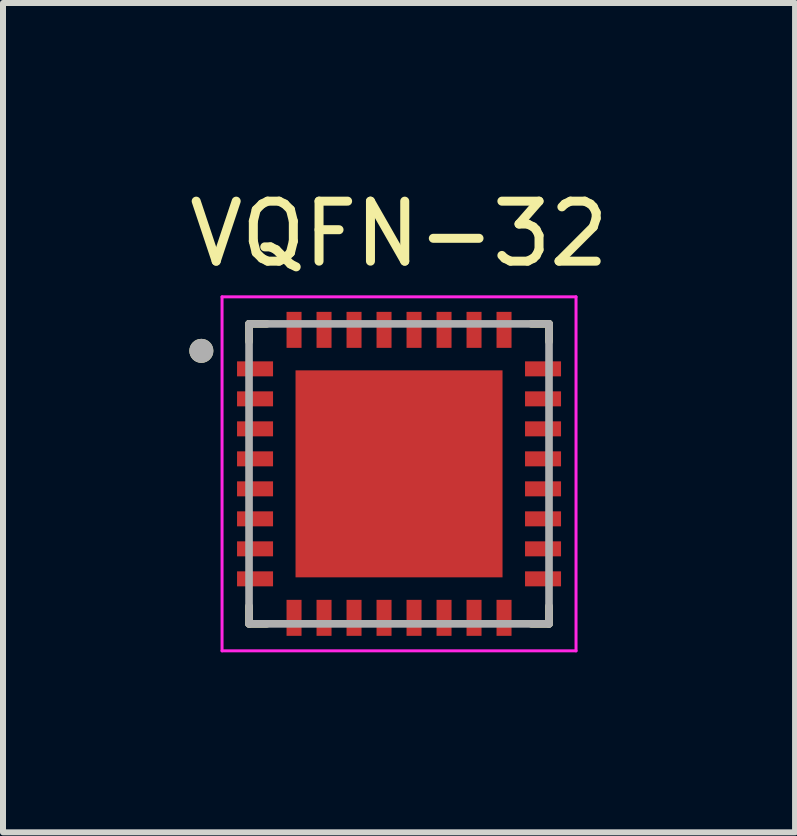
<source format=kicad_pcb>
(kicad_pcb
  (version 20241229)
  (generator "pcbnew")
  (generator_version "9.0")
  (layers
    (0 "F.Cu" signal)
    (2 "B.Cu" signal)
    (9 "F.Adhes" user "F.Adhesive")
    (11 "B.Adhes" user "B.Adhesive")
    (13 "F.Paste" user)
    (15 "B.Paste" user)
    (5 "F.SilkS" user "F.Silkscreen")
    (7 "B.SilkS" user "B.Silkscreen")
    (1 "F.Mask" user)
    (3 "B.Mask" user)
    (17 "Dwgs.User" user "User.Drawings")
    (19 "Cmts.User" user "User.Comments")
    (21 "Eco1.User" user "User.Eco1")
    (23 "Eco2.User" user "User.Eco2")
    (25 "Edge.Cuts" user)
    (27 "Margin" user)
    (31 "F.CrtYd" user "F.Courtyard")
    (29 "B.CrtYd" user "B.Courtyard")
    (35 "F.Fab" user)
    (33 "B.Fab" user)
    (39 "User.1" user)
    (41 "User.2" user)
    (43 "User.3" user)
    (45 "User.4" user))
  (footprint "VQFN-32"
    (layer "F.Cu")
    (at 3.601 4.848)
    (property "Reference" "VQFN-32" (at 0 -4 0) (unlocked yes) (layer "F.SilkS") (effects (font (size 1 1) (thickness 0.15))))
    (fp_poly (pts (xy -1.795 -1.795) (xy 1.795 -1.795) (xy 1.795 1.795) (xy -1.795 1.795)) (stroke (width 0.01) (type solid)) (fill yes) (layer "F.Mask"))
    (fp_poly (pts (xy -2.72 -1.945) (xy -2.08 -1.945) (xy -2.077 -1.945) (xy -2.075 -1.945) (xy -2.072 -1.944) (xy -2.07 -1.944) (xy -2.067 -1.943) (xy -2.065 -1.943) (xy -2.062 -1.942) (xy -2.06 -1.941) (xy -2.057 -1.94) (xy -2.055 -1.938) (xy -2.053 -1.937) (xy -2.051 -1.935) (xy -2.049 -1.934) (xy -2.047 -1.932) (xy -2.045 -1.93) (xy -2.043 -1.928) (xy -2.041 -1.926) (xy -2.04 -1.924) (xy -2.038 -1.922) (xy -2.037 -1.92) (xy -2.035 -1.918) (xy -2.034 -1.915) (xy -2.033 -1.913) (xy -2.032 -1.91) (xy -2.032 -1.908) (xy -2.031 -1.905) (xy -2.031 -1.903) (xy -2.03 -1.9) (xy -2.03 -1.898) (xy -2.03 -1.895) (xy -2.03 -1.605) (xy -2.03 -1.602) (xy -2.03 -1.6) (xy -2.031 -1.597) (xy -2.031 -1.595) (xy -2.032 -1.592) (xy -2.032 -1.59) (xy -2.033 -1.587) (xy -2.034 -1.585) (xy -2.035 -1.582) (xy -2.037 -1.58) (xy -2.038 -1.578) (xy -2.04 -1.576) (xy -2.041 -1.574) (xy -2.043 -1.572) (xy -2.045 -1.57) (xy -2.047 -1.568) (xy -2.049 -1.566) (xy -2.051 -1.565) (xy -2.053 -1.563) (xy -2.055 -1.562) (xy -2.057 -1.56) (xy -2.06 -1.559) (xy -2.062 -1.558) (xy -2.065 -1.557) (xy -2.067 -1.557) (xy -2.07 -1.556) (xy -2.072 -1.556) (xy -2.075 -1.555) (xy -2.077 -1.555) (xy -2.08 -1.555) (xy -2.72 -1.555) (xy -2.723 -1.555) (xy -2.725 -1.555) (xy -2.728 -1.556) (xy -2.73 -1.556) (xy -2.733 -1.557) (xy -2.735 -1.557) (xy -2.738 -1.558) (xy -2.74 -1.559) (xy -2.743 -1.56) (xy -2.745 -1.562) (xy -2.747 -1.563) (xy -2.749 -1.565) (xy -2.751 -1.566) (xy -2.753 -1.568) (xy -2.755 -1.57) (xy -2.757 -1.572) (xy -2.759 -1.574) (xy -2.76 -1.576) (xy -2.762 -1.578) (xy -2.763 -1.58) (xy -2.765 -1.582) (xy -2.766 -1.585) (xy -2.767 -1.587) (xy -2.768 -1.59) (xy -2.768 -1.592) (xy -2.769 -1.595) (xy -2.769 -1.597) (xy -2.77 -1.6) (xy -2.77 -1.602) (xy -2.77 -1.605) (xy -2.77 -1.895) (xy -2.77 -1.898) (xy -2.77 -1.9) (xy -2.769 -1.903) (xy -2.769 -1.905) (xy -2.768 -1.908) (xy -2.768 -1.91) (xy -2.767 -1.913) (xy -2.766 -1.915) (xy -2.765 -1.918) (xy -2.763 -1.92) (xy -2.762 -1.922) (xy -2.76 -1.924) (xy -2.759 -1.926) (xy -2.757 -1.928) (xy -2.755 -1.93) (xy -2.753 -1.932) (xy -2.751 -1.934) (xy -2.749 -1.935) (xy -2.747 -1.937) (xy -2.745 -1.938) (xy -2.743 -1.94) (xy -2.74 -1.941) (xy -2.738 -1.942) (xy -2.735 -1.943) (xy -2.733 -1.943) (xy -2.73 -1.944) (xy -2.728 -1.944) (xy -2.725 -1.945) (xy -2.723 -1.945) (xy -2.72 -1.945)) (stroke (width 0.01) (type solid)) (fill yes) (layer "F.Mask"))
    (fp_poly (pts (xy -2.72 -1.445) (xy -2.08 -1.445) (xy -2.077 -1.445) (xy -2.075 -1.445) (xy -2.072 -1.444) (xy -2.07 -1.444) (xy -2.067 -1.443) (xy -2.065 -1.443) (xy -2.062 -1.442) (xy -2.06 -1.441) (xy -2.057 -1.44) (xy -2.055 -1.438) (xy -2.053 -1.437) (xy -2.051 -1.435) (xy -2.049 -1.434) (xy -2.047 -1.432) (xy -2.045 -1.43) (xy -2.043 -1.428) (xy -2.041 -1.426) (xy -2.04 -1.424) (xy -2.038 -1.422) (xy -2.037 -1.42) (xy -2.035 -1.418) (xy -2.034 -1.415) (xy -2.033 -1.413) (xy -2.032 -1.41) (xy -2.032 -1.408) (xy -2.031 -1.405) (xy -2.031 -1.403) (xy -2.03 -1.4) (xy -2.03 -1.398) (xy -2.03 -1.395) (xy -2.03 -1.105) (xy -2.03 -1.102) (xy -2.03 -1.1) (xy -2.031 -1.097) (xy -2.031 -1.095) (xy -2.032 -1.092) (xy -2.032 -1.09) (xy -2.033 -1.087) (xy -2.034 -1.085) (xy -2.035 -1.082) (xy -2.037 -1.08) (xy -2.038 -1.078) (xy -2.04 -1.076) (xy -2.041 -1.074) (xy -2.043 -1.072) (xy -2.045 -1.07) (xy -2.047 -1.068) (xy -2.049 -1.066) (xy -2.051 -1.065) (xy -2.053 -1.063) (xy -2.055 -1.062) (xy -2.057 -1.06) (xy -2.06 -1.059) (xy -2.062 -1.058) (xy -2.065 -1.057) (xy -2.067 -1.057) (xy -2.07 -1.056) (xy -2.072 -1.056) (xy -2.075 -1.055) (xy -2.077 -1.055) (xy -2.08 -1.055) (xy -2.72 -1.055) (xy -2.723 -1.055) (xy -2.725 -1.055) (xy -2.728 -1.056) (xy -2.73 -1.056) (xy -2.733 -1.057) (xy -2.735 -1.057) (xy -2.738 -1.058) (xy -2.74 -1.059) (xy -2.743 -1.06) (xy -2.745 -1.062) (xy -2.747 -1.063) (xy -2.749 -1.065) (xy -2.751 -1.066) (xy -2.753 -1.068) (xy -2.755 -1.07) (xy -2.757 -1.072) (xy -2.759 -1.074) (xy -2.76 -1.076) (xy -2.762 -1.078) (xy -2.763 -1.08) (xy -2.765 -1.082) (xy -2.766 -1.085) (xy -2.767 -1.087) (xy -2.768 -1.09) (xy -2.768 -1.092) (xy -2.769 -1.095) (xy -2.769 -1.097) (xy -2.77 -1.1) (xy -2.77 -1.102) (xy -2.77 -1.105) (xy -2.77 -1.395) (xy -2.77 -1.398) (xy -2.77 -1.4) (xy -2.769 -1.403) (xy -2.769 -1.405) (xy -2.768 -1.408) (xy -2.768 -1.41) (xy -2.767 -1.413) (xy -2.766 -1.415) (xy -2.765 -1.418) (xy -2.763 -1.42) (xy -2.762 -1.422) (xy -2.76 -1.424) (xy -2.759 -1.426) (xy -2.757 -1.428) (xy -2.755 -1.43) (xy -2.753 -1.432) (xy -2.751 -1.434) (xy -2.749 -1.435) (xy -2.747 -1.437) (xy -2.745 -1.438) (xy -2.743 -1.44) (xy -2.74 -1.441) (xy -2.738 -1.442) (xy -2.735 -1.443) (xy -2.733 -1.443) (xy -2.73 -1.444) (xy -2.728 -1.444) (xy -2.725 -1.445) (xy -2.723 -1.445) (xy -2.72 -1.445)) (stroke (width 0.01) (type solid)) (fill yes) (layer "F.Mask"))
    (fp_poly (pts (xy -2.72 -0.945) (xy -2.08 -0.945) (xy -2.077 -0.945) (xy -2.075 -0.945) (xy -2.072 -0.944) (xy -2.07 -0.944) (xy -2.067 -0.943) (xy -2.065 -0.943) (xy -2.062 -0.942) (xy -2.06 -0.941) (xy -2.057 -0.94) (xy -2.055 -0.938) (xy -2.053 -0.937) (xy -2.051 -0.935) (xy -2.049 -0.934) (xy -2.047 -0.932) (xy -2.045 -0.93) (xy -2.043 -0.928) (xy -2.041 -0.926) (xy -2.04 -0.924) (xy -2.038 -0.922) (xy -2.037 -0.92) (xy -2.035 -0.918) (xy -2.034 -0.915) (xy -2.033 -0.913) (xy -2.032 -0.91) (xy -2.032 -0.908) (xy -2.031 -0.905) (xy -2.031 -0.903) (xy -2.03 -0.9) (xy -2.03 -0.898) (xy -2.03 -0.895) (xy -2.03 -0.605) (xy -2.03 -0.602) (xy -2.03 -0.6) (xy -2.031 -0.597) (xy -2.031 -0.595) (xy -2.032 -0.592) (xy -2.032 -0.59) (xy -2.033 -0.587) (xy -2.034 -0.585) (xy -2.035 -0.582) (xy -2.037 -0.58) (xy -2.038 -0.578) (xy -2.04 -0.576) (xy -2.041 -0.574) (xy -2.043 -0.572) (xy -2.045 -0.57) (xy -2.047 -0.568) (xy -2.049 -0.566) (xy -2.051 -0.565) (xy -2.053 -0.563) (xy -2.055 -0.562) (xy -2.057 -0.56) (xy -2.06 -0.559) (xy -2.062 -0.558) (xy -2.065 -0.557) (xy -2.067 -0.557) (xy -2.07 -0.556) (xy -2.072 -0.556) (xy -2.075 -0.555) (xy -2.077 -0.555) (xy -2.08 -0.555) (xy -2.72 -0.555) (xy -2.723 -0.555) (xy -2.725 -0.555) (xy -2.728 -0.556) (xy -2.73 -0.556) (xy -2.733 -0.557) (xy -2.735 -0.557) (xy -2.738 -0.558) (xy -2.74 -0.559) (xy -2.743 -0.56) (xy -2.745 -0.562) (xy -2.747 -0.563) (xy -2.749 -0.565) (xy -2.751 -0.566) (xy -2.753 -0.568) (xy -2.755 -0.57) (xy -2.757 -0.572) (xy -2.759 -0.574) (xy -2.76 -0.576) (xy -2.762 -0.578) (xy -2.763 -0.58) (xy -2.765 -0.582) (xy -2.766 -0.585) (xy -2.767 -0.587) (xy -2.768 -0.59) (xy -2.768 -0.592) (xy -2.769 -0.595) (xy -2.769 -0.597) (xy -2.77 -0.6) (xy -2.77 -0.602) (xy -2.77 -0.605) (xy -2.77 -0.895) (xy -2.77 -0.898) (xy -2.77 -0.9) (xy -2.769 -0.903) (xy -2.769 -0.905) (xy -2.768 -0.908) (xy -2.768 -0.91) (xy -2.767 -0.913) (xy -2.766 -0.915) (xy -2.765 -0.918) (xy -2.763 -0.92) (xy -2.762 -0.922) (xy -2.76 -0.924) (xy -2.759 -0.926) (xy -2.757 -0.928) (xy -2.755 -0.93) (xy -2.753 -0.932) (xy -2.751 -0.934) (xy -2.749 -0.935) (xy -2.747 -0.937) (xy -2.745 -0.938) (xy -2.743 -0.94) (xy -2.74 -0.941) (xy -2.738 -0.942) (xy -2.735 -0.943) (xy -2.733 -0.943) (xy -2.73 -0.944) (xy -2.728 -0.944) (xy -2.725 -0.945) (xy -2.723 -0.945) (xy -2.72 -0.945)) (stroke (width 0.01) (type solid)) (fill yes) (layer "F.Mask"))
    (fp_poly (pts (xy -2.72 -0.445) (xy -2.08 -0.445) (xy -2.077 -0.445) (xy -2.075 -0.445) (xy -2.072 -0.444) (xy -2.07 -0.444) (xy -2.067 -0.443) (xy -2.065 -0.443) (xy -2.062 -0.442) (xy -2.06 -0.441) (xy -2.057 -0.44) (xy -2.055 -0.438) (xy -2.053 -0.437) (xy -2.051 -0.435) (xy -2.049 -0.434) (xy -2.047 -0.432) (xy -2.045 -0.43) (xy -2.043 -0.428) (xy -2.041 -0.426) (xy -2.04 -0.424) (xy -2.038 -0.422) (xy -2.037 -0.42) (xy -2.035 -0.418) (xy -2.034 -0.415) (xy -2.033 -0.413) (xy -2.032 -0.41) (xy -2.032 -0.408) (xy -2.031 -0.405) (xy -2.031 -0.403) (xy -2.03 -0.4) (xy -2.03 -0.398) (xy -2.03 -0.395) (xy -2.03 -0.105) (xy -2.03 -0.102) (xy -2.03 -0.1) (xy -2.031 -0.097) (xy -2.031 -0.095) (xy -2.032 -0.092) (xy -2.032 -0.09) (xy -2.033 -0.087) (xy -2.034 -0.085) (xy -2.035 -0.082) (xy -2.037 -0.08) (xy -2.038 -0.078) (xy -2.04 -0.076) (xy -2.041 -0.074) (xy -2.043 -0.072) (xy -2.045 -0.07) (xy -2.047 -0.068) (xy -2.049 -0.066) (xy -2.051 -0.065) (xy -2.053 -0.063) (xy -2.055 -0.062) (xy -2.057 -0.06) (xy -2.06 -0.059) (xy -2.062 -0.058) (xy -2.065 -0.057) (xy -2.067 -0.057) (xy -2.07 -0.056) (xy -2.072 -0.056) (xy -2.075 -0.055) (xy -2.077 -0.055) (xy -2.08 -0.055) (xy -2.72 -0.055) (xy -2.723 -0.055) (xy -2.725 -0.055) (xy -2.728 -0.056) (xy -2.73 -0.056) (xy -2.733 -0.057) (xy -2.735 -0.057) (xy -2.738 -0.058) (xy -2.74 -0.059) (xy -2.743 -0.06) (xy -2.745 -0.062) (xy -2.747 -0.063) (xy -2.749 -0.065) (xy -2.751 -0.066) (xy -2.753 -0.068) (xy -2.755 -0.07) (xy -2.757 -0.072) (xy -2.759 -0.074) (xy -2.76 -0.076) (xy -2.762 -0.078) (xy -2.763 -0.08) (xy -2.765 -0.082) (xy -2.766 -0.085) (xy -2.767 -0.087) (xy -2.768 -0.09) (xy -2.768 -0.092) (xy -2.769 -0.095) (xy -2.769 -0.097) (xy -2.77 -0.1) (xy -2.77 -0.102) (xy -2.77 -0.105) (xy -2.77 -0.395) (xy -2.77 -0.398) (xy -2.77 -0.4) (xy -2.769 -0.403) (xy -2.769 -0.405) (xy -2.768 -0.408) (xy -2.768 -0.41) (xy -2.767 -0.413) (xy -2.766 -0.415) (xy -2.765 -0.418) (xy -2.763 -0.42) (xy -2.762 -0.422) (xy -2.76 -0.424) (xy -2.759 -0.426) (xy -2.757 -0.428) (xy -2.755 -0.43) (xy -2.753 -0.432) (xy -2.751 -0.434) (xy -2.749 -0.435) (xy -2.747 -0.437) (xy -2.745 -0.438) (xy -2.743 -0.44) (xy -2.74 -0.441) (xy -2.738 -0.442) (xy -2.735 -0.443) (xy -2.733 -0.443) (xy -2.73 -0.444) (xy -2.728 -0.444) (xy -2.725 -0.445) (xy -2.723 -0.445) (xy -2.72 -0.445)) (stroke (width 0.01) (type solid)) (fill yes) (layer "F.Mask"))
    (fp_poly (pts (xy -2.72 0.055) (xy -2.08 0.055) (xy -2.077 0.055) (xy -2.075 0.055) (xy -2.072 0.056) (xy -2.07 0.056) (xy -2.067 0.057) (xy -2.065 0.057) (xy -2.062 0.058) (xy -2.06 0.059) (xy -2.057 0.06) (xy -2.055 0.062) (xy -2.053 0.063) (xy -2.051 0.065) (xy -2.049 0.066) (xy -2.047 0.068) (xy -2.045 0.07) (xy -2.043 0.072) (xy -2.041 0.074) (xy -2.04 0.076) (xy -2.038 0.078) (xy -2.037 0.08) (xy -2.035 0.082) (xy -2.034 0.085) (xy -2.033 0.087) (xy -2.032 0.09) (xy -2.032 0.092) (xy -2.031 0.095) (xy -2.031 0.097) (xy -2.03 0.1) (xy -2.03 0.102) (xy -2.03 0.105) (xy -2.03 0.395) (xy -2.03 0.398) (xy -2.03 0.4) (xy -2.031 0.403) (xy -2.031 0.405) (xy -2.032 0.408) (xy -2.032 0.41) (xy -2.033 0.413) (xy -2.034 0.415) (xy -2.035 0.418) (xy -2.037 0.42) (xy -2.038 0.422) (xy -2.04 0.424) (xy -2.041 0.426) (xy -2.043 0.428) (xy -2.045 0.43) (xy -2.047 0.432) (xy -2.049 0.434) (xy -2.051 0.435) (xy -2.053 0.437) (xy -2.055 0.438) (xy -2.057 0.44) (xy -2.06 0.441) (xy -2.062 0.442) (xy -2.065 0.443) (xy -2.067 0.443) (xy -2.07 0.444) (xy -2.072 0.444) (xy -2.075 0.445) (xy -2.077 0.445) (xy -2.08 0.445) (xy -2.72 0.445) (xy -2.723 0.445) (xy -2.725 0.445) (xy -2.728 0.444) (xy -2.73 0.444) (xy -2.733 0.443) (xy -2.735 0.443) (xy -2.738 0.442) (xy -2.74 0.441) (xy -2.743 0.44) (xy -2.745 0.438) (xy -2.747 0.437) (xy -2.749 0.435) (xy -2.751 0.434) (xy -2.753 0.432) (xy -2.755 0.43) (xy -2.757 0.428) (xy -2.759 0.426) (xy -2.76 0.424) (xy -2.762 0.422) (xy -2.763 0.42) (xy -2.765 0.418) (xy -2.766 0.415) (xy -2.767 0.413) (xy -2.768 0.41) (xy -2.768 0.408) (xy -2.769 0.405) (xy -2.769 0.403) (xy -2.77 0.4) (xy -2.77 0.398) (xy -2.77 0.395) (xy -2.77 0.105) (xy -2.77 0.102) (xy -2.77 0.1) (xy -2.769 0.097) (xy -2.769 0.095) (xy -2.768 0.092) (xy -2.768 0.09) (xy -2.767 0.087) (xy -2.766 0.085) (xy -2.765 0.082) (xy -2.763 0.08) (xy -2.762 0.078) (xy -2.76 0.076) (xy -2.759 0.074) (xy -2.757 0.072) (xy -2.755 0.07) (xy -2.753 0.068) (xy -2.751 0.066) (xy -2.749 0.065) (xy -2.747 0.063) (xy -2.745 0.062) (xy -2.743 0.06) (xy -2.74 0.059) (xy -2.738 0.058) (xy -2.735 0.057) (xy -2.733 0.057) (xy -2.73 0.056) (xy -2.728 0.056) (xy -2.725 0.055) (xy -2.723 0.055) (xy -2.72 0.055)) (stroke (width 0.01) (type solid)) (fill yes) (layer "F.Mask"))
    (fp_poly (pts (xy -2.72 0.555) (xy -2.08 0.555) (xy -2.077 0.555) (xy -2.075 0.555) (xy -2.072 0.556) (xy -2.07 0.556) (xy -2.067 0.557) (xy -2.065 0.557) (xy -2.062 0.558) (xy -2.06 0.559) (xy -2.057 0.56) (xy -2.055 0.562) (xy -2.053 0.563) (xy -2.051 0.565) (xy -2.049 0.566) (xy -2.047 0.568) (xy -2.045 0.57) (xy -2.043 0.572) (xy -2.041 0.574) (xy -2.04 0.576) (xy -2.038 0.578) (xy -2.037 0.58) (xy -2.035 0.582) (xy -2.034 0.585) (xy -2.033 0.587) (xy -2.032 0.59) (xy -2.032 0.592) (xy -2.031 0.595) (xy -2.031 0.597) (xy -2.03 0.6) (xy -2.03 0.602) (xy -2.03 0.605) (xy -2.03 0.895) (xy -2.03 0.898) (xy -2.03 0.9) (xy -2.031 0.903) (xy -2.031 0.905) (xy -2.032 0.908) (xy -2.032 0.91) (xy -2.033 0.913) (xy -2.034 0.915) (xy -2.035 0.918) (xy -2.037 0.92) (xy -2.038 0.922) (xy -2.04 0.924) (xy -2.041 0.926) (xy -2.043 0.928) (xy -2.045 0.93) (xy -2.047 0.932) (xy -2.049 0.934) (xy -2.051 0.935) (xy -2.053 0.937) (xy -2.055 0.938) (xy -2.057 0.94) (xy -2.06 0.941) (xy -2.062 0.942) (xy -2.065 0.943) (xy -2.067 0.943) (xy -2.07 0.944) (xy -2.072 0.944) (xy -2.075 0.945) (xy -2.077 0.945) (xy -2.08 0.945) (xy -2.72 0.945) (xy -2.723 0.945) (xy -2.725 0.945) (xy -2.728 0.944) (xy -2.73 0.944) (xy -2.733 0.943) (xy -2.735 0.943) (xy -2.738 0.942) (xy -2.74 0.941) (xy -2.743 0.94) (xy -2.745 0.938) (xy -2.747 0.937) (xy -2.749 0.935) (xy -2.751 0.934) (xy -2.753 0.932) (xy -2.755 0.93) (xy -2.757 0.928) (xy -2.759 0.926) (xy -2.76 0.924) (xy -2.762 0.922) (xy -2.763 0.92) (xy -2.765 0.918) (xy -2.766 0.915) (xy -2.767 0.913) (xy -2.768 0.91) (xy -2.768 0.908) (xy -2.769 0.905) (xy -2.769 0.903) (xy -2.77 0.9) (xy -2.77 0.898) (xy -2.77 0.895) (xy -2.77 0.605) (xy -2.77 0.602) (xy -2.77 0.6) (xy -2.769 0.597) (xy -2.769 0.595) (xy -2.768 0.592) (xy -2.768 0.59) (xy -2.767 0.587) (xy -2.766 0.585) (xy -2.765 0.582) (xy -2.763 0.58) (xy -2.762 0.578) (xy -2.76 0.576) (xy -2.759 0.574) (xy -2.757 0.572) (xy -2.755 0.57) (xy -2.753 0.568) (xy -2.751 0.566) (xy -2.749 0.565) (xy -2.747 0.563) (xy -2.745 0.562) (xy -2.743 0.56) (xy -2.74 0.559) (xy -2.738 0.558) (xy -2.735 0.557) (xy -2.733 0.557) (xy -2.73 0.556) (xy -2.728 0.556) (xy -2.725 0.555) (xy -2.723 0.555) (xy -2.72 0.555)) (stroke (width 0.01) (type solid)) (fill yes) (layer "F.Mask"))
    (fp_poly (pts (xy -2.72 1.055) (xy -2.08 1.055) (xy -2.077 1.055) (xy -2.075 1.055) (xy -2.072 1.056) (xy -2.07 1.056) (xy -2.067 1.057) (xy -2.065 1.057) (xy -2.062 1.058) (xy -2.06 1.059) (xy -2.057 1.06) (xy -2.055 1.062) (xy -2.053 1.063) (xy -2.051 1.065) (xy -2.049 1.066) (xy -2.047 1.068) (xy -2.045 1.07) (xy -2.043 1.072) (xy -2.041 1.074) (xy -2.04 1.076) (xy -2.038 1.078) (xy -2.037 1.08) (xy -2.035 1.082) (xy -2.034 1.085) (xy -2.033 1.087) (xy -2.032 1.09) (xy -2.032 1.092) (xy -2.031 1.095) (xy -2.031 1.097) (xy -2.03 1.1) (xy -2.03 1.102) (xy -2.03 1.105) (xy -2.03 1.395) (xy -2.03 1.398) (xy -2.03 1.4) (xy -2.031 1.403) (xy -2.031 1.405) (xy -2.032 1.408) (xy -2.032 1.41) (xy -2.033 1.413) (xy -2.034 1.415) (xy -2.035 1.418) (xy -2.037 1.42) (xy -2.038 1.422) (xy -2.04 1.424) (xy -2.041 1.426) (xy -2.043 1.428) (xy -2.045 1.43) (xy -2.047 1.432) (xy -2.049 1.434) (xy -2.051 1.435) (xy -2.053 1.437) (xy -2.055 1.438) (xy -2.057 1.44) (xy -2.06 1.441) (xy -2.062 1.442) (xy -2.065 1.443) (xy -2.067 1.443) (xy -2.07 1.444) (xy -2.072 1.444) (xy -2.075 1.445) (xy -2.077 1.445) (xy -2.08 1.445) (xy -2.72 1.445) (xy -2.723 1.445) (xy -2.725 1.445) (xy -2.728 1.444) (xy -2.73 1.444) (xy -2.733 1.443) (xy -2.735 1.443) (xy -2.738 1.442) (xy -2.74 1.441) (xy -2.743 1.44) (xy -2.745 1.438) (xy -2.747 1.437) (xy -2.749 1.435) (xy -2.751 1.434) (xy -2.753 1.432) (xy -2.755 1.43) (xy -2.757 1.428) (xy -2.759 1.426) (xy -2.76 1.424) (xy -2.762 1.422) (xy -2.763 1.42) (xy -2.765 1.418) (xy -2.766 1.415) (xy -2.767 1.413) (xy -2.768 1.41) (xy -2.768 1.408) (xy -2.769 1.405) (xy -2.769 1.403) (xy -2.77 1.4) (xy -2.77 1.398) (xy -2.77 1.395) (xy -2.77 1.105) (xy -2.77 1.102) (xy -2.77 1.1) (xy -2.769 1.097) (xy -2.769 1.095) (xy -2.768 1.092) (xy -2.768 1.09) (xy -2.767 1.087) (xy -2.766 1.085) (xy -2.765 1.082) (xy -2.763 1.08) (xy -2.762 1.078) (xy -2.76 1.076) (xy -2.759 1.074) (xy -2.757 1.072) (xy -2.755 1.07) (xy -2.753 1.068) (xy -2.751 1.066) (xy -2.749 1.065) (xy -2.747 1.063) (xy -2.745 1.062) (xy -2.743 1.06) (xy -2.74 1.059) (xy -2.738 1.058) (xy -2.735 1.057) (xy -2.733 1.057) (xy -2.73 1.056) (xy -2.728 1.056) (xy -2.725 1.055) (xy -2.723 1.055) (xy -2.72 1.055)) (stroke (width 0.01) (type solid)) (fill yes) (layer "F.Mask"))
    (fp_poly (pts (xy -2.72 1.555) (xy -2.08 1.555) (xy -2.077 1.555) (xy -2.075 1.555) (xy -2.072 1.556) (xy -2.07 1.556) (xy -2.067 1.557) (xy -2.065 1.557) (xy -2.062 1.558) (xy -2.06 1.559) (xy -2.057 1.56) (xy -2.055 1.562) (xy -2.053 1.563) (xy -2.051 1.565) (xy -2.049 1.566) (xy -2.047 1.568) (xy -2.045 1.57) (xy -2.043 1.572) (xy -2.041 1.574) (xy -2.04 1.576) (xy -2.038 1.578) (xy -2.037 1.58) (xy -2.035 1.582) (xy -2.034 1.585) (xy -2.033 1.587) (xy -2.032 1.59) (xy -2.032 1.592) (xy -2.031 1.595) (xy -2.031 1.597) (xy -2.03 1.6) (xy -2.03 1.602) (xy -2.03 1.605) (xy -2.03 1.895) (xy -2.03 1.898) (xy -2.03 1.9) (xy -2.031 1.903) (xy -2.031 1.905) (xy -2.032 1.908) (xy -2.032 1.91) (xy -2.033 1.913) (xy -2.034 1.915) (xy -2.035 1.918) (xy -2.037 1.92) (xy -2.038 1.922) (xy -2.04 1.924) (xy -2.041 1.926) (xy -2.043 1.928) (xy -2.045 1.93) (xy -2.047 1.932) (xy -2.049 1.934) (xy -2.051 1.935) (xy -2.053 1.937) (xy -2.055 1.938) (xy -2.057 1.94) (xy -2.06 1.941) (xy -2.062 1.942) (xy -2.065 1.943) (xy -2.067 1.943) (xy -2.07 1.944) (xy -2.072 1.944) (xy -2.075 1.945) (xy -2.077 1.945) (xy -2.08 1.945) (xy -2.72 1.945) (xy -2.723 1.945) (xy -2.725 1.945) (xy -2.728 1.944) (xy -2.73 1.944) (xy -2.733 1.943) (xy -2.735 1.943) (xy -2.738 1.942) (xy -2.74 1.941) (xy -2.743 1.94) (xy -2.745 1.938) (xy -2.747 1.937) (xy -2.749 1.935) (xy -2.751 1.934) (xy -2.753 1.932) (xy -2.755 1.93) (xy -2.757 1.928) (xy -2.759 1.926) (xy -2.76 1.924) (xy -2.762 1.922) (xy -2.763 1.92) (xy -2.765 1.918) (xy -2.766 1.915) (xy -2.767 1.913) (xy -2.768 1.91) (xy -2.768 1.908) (xy -2.769 1.905) (xy -2.769 1.903) (xy -2.77 1.9) (xy -2.77 1.898) (xy -2.77 1.895) (xy -2.77 1.605) (xy -2.77 1.602) (xy -2.77 1.6) (xy -2.769 1.597) (xy -2.769 1.595) (xy -2.768 1.592) (xy -2.768 1.59) (xy -2.767 1.587) (xy -2.766 1.585) (xy -2.765 1.582) (xy -2.763 1.58) (xy -2.762 1.578) (xy -2.76 1.576) (xy -2.759 1.574) (xy -2.757 1.572) (xy -2.755 1.57) (xy -2.753 1.568) (xy -2.751 1.566) (xy -2.749 1.565) (xy -2.747 1.563) (xy -2.745 1.562) (xy -2.743 1.56) (xy -2.74 1.559) (xy -2.738 1.558) (xy -2.735 1.557) (xy -2.733 1.557) (xy -2.73 1.556) (xy -2.728 1.556) (xy -2.725 1.555) (xy -2.723 1.555) (xy -2.72 1.555)) (stroke (width 0.01) (type solid)) (fill yes) (layer "F.Mask"))
    (fp_poly (pts (xy -1.945 -2.08) (xy -1.945 -2.72) (xy -1.945 -2.723) (xy -1.945 -2.725) (xy -1.944 -2.728) (xy -1.944 -2.73) (xy -1.943 -2.733) (xy -1.943 -2.735) (xy -1.942 -2.738) (xy -1.941 -2.74) (xy -1.94 -2.743) (xy -1.938 -2.745) (xy -1.937 -2.747) (xy -1.935 -2.749) (xy -1.934 -2.751) (xy -1.932 -2.753) (xy -1.93 -2.755) (xy -1.928 -2.757) (xy -1.926 -2.759) (xy -1.924 -2.76) (xy -1.922 -2.762) (xy -1.92 -2.763) (xy -1.918 -2.765) (xy -1.915 -2.766) (xy -1.913 -2.767) (xy -1.91 -2.768) (xy -1.908 -2.768) (xy -1.905 -2.769) (xy -1.903 -2.769) (xy -1.9 -2.77) (xy -1.898 -2.77) (xy -1.895 -2.77) (xy -1.605 -2.77) (xy -1.602 -2.77) (xy -1.6 -2.77) (xy -1.597 -2.769) (xy -1.595 -2.769) (xy -1.592 -2.768) (xy -1.59 -2.768) (xy -1.587 -2.767) (xy -1.585 -2.766) (xy -1.582 -2.765) (xy -1.58 -2.763) (xy -1.578 -2.762) (xy -1.576 -2.76) (xy -1.574 -2.759) (xy -1.572 -2.757) (xy -1.57 -2.755) (xy -1.568 -2.753) (xy -1.566 -2.751) (xy -1.565 -2.749) (xy -1.563 -2.747) (xy -1.562 -2.745) (xy -1.56 -2.743) (xy -1.559 -2.74) (xy -1.558 -2.738) (xy -1.557 -2.735) (xy -1.557 -2.733) (xy -1.556 -2.73) (xy -1.556 -2.728) (xy -1.555 -2.725) (xy -1.555 -2.723) (xy -1.555 -2.72) (xy -1.555 -2.08) (xy -1.555 -2.077) (xy -1.555 -2.075) (xy -1.556 -2.072) (xy -1.556 -2.07) (xy -1.557 -2.067) (xy -1.557 -2.065) (xy -1.558 -2.062) (xy -1.559 -2.06) (xy -1.56 -2.057) (xy -1.562 -2.055) (xy -1.563 -2.053) (xy -1.565 -2.051) (xy -1.566 -2.049) (xy -1.568 -2.047) (xy -1.57 -2.045) (xy -1.572 -2.043) (xy -1.574 -2.041) (xy -1.576 -2.04) (xy -1.578 -2.038) (xy -1.58 -2.037) (xy -1.582 -2.035) (xy -1.585 -2.034) (xy -1.587 -2.033) (xy -1.59 -2.032) (xy -1.592 -2.032) (xy -1.595 -2.031) (xy -1.597 -2.031) (xy -1.6 -2.03) (xy -1.602 -2.03) (xy -1.605 -2.03) (xy -1.895 -2.03) (xy -1.898 -2.03) (xy -1.9 -2.03) (xy -1.903 -2.031) (xy -1.905 -2.031) (xy -1.908 -2.032) (xy -1.91 -2.032) (xy -1.913 -2.033) (xy -1.915 -2.034) (xy -1.918 -2.035) (xy -1.92 -2.037) (xy -1.922 -2.038) (xy -1.924 -2.04) (xy -1.926 -2.041) (xy -1.928 -2.043) (xy -1.93 -2.045) (xy -1.932 -2.047) (xy -1.934 -2.049) (xy -1.935 -2.051) (xy -1.937 -2.053) (xy -1.938 -2.055) (xy -1.94 -2.057) (xy -1.941 -2.06) (xy -1.942 -2.062) (xy -1.943 -2.065) (xy -1.943 -2.067) (xy -1.944 -2.07) (xy -1.944 -2.072) (xy -1.945 -2.075) (xy -1.945 -2.077) (xy -1.945 -2.08)) (stroke (width 0.01) (type solid)) (fill yes) (layer "F.Mask"))
    (fp_poly (pts (xy -1.945 2.72) (xy -1.945 2.08) (xy -1.945 2.077) (xy -1.945 2.075) (xy -1.944 2.072) (xy -1.944 2.07) (xy -1.943 2.067) (xy -1.943 2.065) (xy -1.942 2.062) (xy -1.941 2.06) (xy -1.94 2.057) (xy -1.938 2.055) (xy -1.937 2.053) (xy -1.935 2.051) (xy -1.934 2.049) (xy -1.932 2.047) (xy -1.93 2.045) (xy -1.928 2.043) (xy -1.926 2.041) (xy -1.924 2.04) (xy -1.922 2.038) (xy -1.92 2.037) (xy -1.918 2.035) (xy -1.915 2.034) (xy -1.913 2.033) (xy -1.91 2.032) (xy -1.908 2.032) (xy -1.905 2.031) (xy -1.903 2.031) (xy -1.9 2.03) (xy -1.898 2.03) (xy -1.895 2.03) (xy -1.605 2.03) (xy -1.602 2.03) (xy -1.6 2.03) (xy -1.597 2.031) (xy -1.595 2.031) (xy -1.592 2.032) (xy -1.59 2.032) (xy -1.587 2.033) (xy -1.585 2.034) (xy -1.582 2.035) (xy -1.58 2.037) (xy -1.578 2.038) (xy -1.576 2.04) (xy -1.574 2.041) (xy -1.572 2.043) (xy -1.57 2.045) (xy -1.568 2.047) (xy -1.566 2.049) (xy -1.565 2.051) (xy -1.563 2.053) (xy -1.562 2.055) (xy -1.56 2.057) (xy -1.559 2.06) (xy -1.558 2.062) (xy -1.557 2.065) (xy -1.557 2.067) (xy -1.556 2.07) (xy -1.556 2.072) (xy -1.555 2.075) (xy -1.555 2.077) (xy -1.555 2.08) (xy -1.555 2.72) (xy -1.555 2.723) (xy -1.555 2.725) (xy -1.556 2.728) (xy -1.556 2.73) (xy -1.557 2.733) (xy -1.557 2.735) (xy -1.558 2.738) (xy -1.559 2.74) (xy -1.56 2.743) (xy -1.562 2.745) (xy -1.563 2.747) (xy -1.565 2.749) (xy -1.566 2.751) (xy -1.568 2.753) (xy -1.57 2.755) (xy -1.572 2.757) (xy -1.574 2.759) (xy -1.576 2.76) (xy -1.578 2.762) (xy -1.58 2.763) (xy -1.582 2.765) (xy -1.585 2.766) (xy -1.587 2.767) (xy -1.59 2.768) (xy -1.592 2.768) (xy -1.595 2.769) (xy -1.597 2.769) (xy -1.6 2.77) (xy -1.602 2.77) (xy -1.605 2.77) (xy -1.895 2.77) (xy -1.898 2.77) (xy -1.9 2.77) (xy -1.903 2.769) (xy -1.905 2.769) (xy -1.908 2.768) (xy -1.91 2.768) (xy -1.913 2.767) (xy -1.915 2.766) (xy -1.918 2.765) (xy -1.92 2.763) (xy -1.922 2.762) (xy -1.924 2.76) (xy -1.926 2.759) (xy -1.928 2.757) (xy -1.93 2.755) (xy -1.932 2.753) (xy -1.934 2.751) (xy -1.935 2.749) (xy -1.937 2.747) (xy -1.938 2.745) (xy -1.94 2.743) (xy -1.941 2.74) (xy -1.942 2.738) (xy -1.943 2.735) (xy -1.943 2.733) (xy -1.944 2.73) (xy -1.944 2.728) (xy -1.945 2.725) (xy -1.945 2.723) (xy -1.945 2.72)) (stroke (width 0.01) (type solid)) (fill yes) (layer "F.Mask"))
    (fp_poly (pts (xy -1.445 -2.08) (xy -1.445 -2.72) (xy -1.445 -2.723) (xy -1.445 -2.725) (xy -1.444 -2.728) (xy -1.444 -2.73) (xy -1.443 -2.733) (xy -1.443 -2.735) (xy -1.442 -2.738) (xy -1.441 -2.74) (xy -1.44 -2.743) (xy -1.438 -2.745) (xy -1.437 -2.747) (xy -1.435 -2.749) (xy -1.434 -2.751) (xy -1.432 -2.753) (xy -1.43 -2.755) (xy -1.428 -2.757) (xy -1.426 -2.759) (xy -1.424 -2.76) (xy -1.422 -2.762) (xy -1.42 -2.763) (xy -1.418 -2.765) (xy -1.415 -2.766) (xy -1.413 -2.767) (xy -1.41 -2.768) (xy -1.408 -2.768) (xy -1.405 -2.769) (xy -1.403 -2.769) (xy -1.4 -2.77) (xy -1.398 -2.77) (xy -1.395 -2.77) (xy -1.105 -2.77) (xy -1.102 -2.77) (xy -1.1 -2.77) (xy -1.097 -2.769) (xy -1.095 -2.769) (xy -1.092 -2.768) (xy -1.09 -2.768) (xy -1.087 -2.767) (xy -1.085 -2.766) (xy -1.082 -2.765) (xy -1.08 -2.763) (xy -1.078 -2.762) (xy -1.076 -2.76) (xy -1.074 -2.759) (xy -1.072 -2.757) (xy -1.07 -2.755) (xy -1.068 -2.753) (xy -1.066 -2.751) (xy -1.065 -2.749) (xy -1.063 -2.747) (xy -1.062 -2.745) (xy -1.06 -2.743) (xy -1.059 -2.74) (xy -1.058 -2.738) (xy -1.057 -2.735) (xy -1.057 -2.733) (xy -1.056 -2.73) (xy -1.056 -2.728) (xy -1.055 -2.725) (xy -1.055 -2.723) (xy -1.055 -2.72) (xy -1.055 -2.08) (xy -1.055 -2.077) (xy -1.055 -2.075) (xy -1.056 -2.072) (xy -1.056 -2.07) (xy -1.057 -2.067) (xy -1.057 -2.065) (xy -1.058 -2.062) (xy -1.059 -2.06) (xy -1.06 -2.057) (xy -1.062 -2.055) (xy -1.063 -2.053) (xy -1.065 -2.051) (xy -1.066 -2.049) (xy -1.068 -2.047) (xy -1.07 -2.045) (xy -1.072 -2.043) (xy -1.074 -2.041) (xy -1.076 -2.04) (xy -1.078 -2.038) (xy -1.08 -2.037) (xy -1.082 -2.035) (xy -1.085 -2.034) (xy -1.087 -2.033) (xy -1.09 -2.032) (xy -1.092 -2.032) (xy -1.095 -2.031) (xy -1.097 -2.031) (xy -1.1 -2.03) (xy -1.102 -2.03) (xy -1.105 -2.03) (xy -1.395 -2.03) (xy -1.398 -2.03) (xy -1.4 -2.03) (xy -1.403 -2.031) (xy -1.405 -2.031) (xy -1.408 -2.032) (xy -1.41 -2.032) (xy -1.413 -2.033) (xy -1.415 -2.034) (xy -1.418 -2.035) (xy -1.42 -2.037) (xy -1.422 -2.038) (xy -1.424 -2.04) (xy -1.426 -2.041) (xy -1.428 -2.043) (xy -1.43 -2.045) (xy -1.432 -2.047) (xy -1.434 -2.049) (xy -1.435 -2.051) (xy -1.437 -2.053) (xy -1.438 -2.055) (xy -1.44 -2.057) (xy -1.441 -2.06) (xy -1.442 -2.062) (xy -1.443 -2.065) (xy -1.443 -2.067) (xy -1.444 -2.07) (xy -1.444 -2.072) (xy -1.445 -2.075) (xy -1.445 -2.077) (xy -1.445 -2.08)) (stroke (width 0.01) (type solid)) (fill yes) (layer "F.Mask"))
    (fp_poly (pts (xy -1.445 2.72) (xy -1.445 2.08) (xy -1.445 2.077) (xy -1.445 2.075) (xy -1.444 2.072) (xy -1.444 2.07) (xy -1.443 2.067) (xy -1.443 2.065) (xy -1.442 2.062) (xy -1.441 2.06) (xy -1.44 2.057) (xy -1.438 2.055) (xy -1.437 2.053) (xy -1.435 2.051) (xy -1.434 2.049) (xy -1.432 2.047) (xy -1.43 2.045) (xy -1.428 2.043) (xy -1.426 2.041) (xy -1.424 2.04) (xy -1.422 2.038) (xy -1.42 2.037) (xy -1.418 2.035) (xy -1.415 2.034) (xy -1.413 2.033) (xy -1.41 2.032) (xy -1.408 2.032) (xy -1.405 2.031) (xy -1.403 2.031) (xy -1.4 2.03) (xy -1.398 2.03) (xy -1.395 2.03) (xy -1.105 2.03) (xy -1.102 2.03) (xy -1.1 2.03) (xy -1.097 2.031) (xy -1.095 2.031) (xy -1.092 2.032) (xy -1.09 2.032) (xy -1.087 2.033) (xy -1.085 2.034) (xy -1.082 2.035) (xy -1.08 2.037) (xy -1.078 2.038) (xy -1.076 2.04) (xy -1.074 2.041) (xy -1.072 2.043) (xy -1.07 2.045) (xy -1.068 2.047) (xy -1.066 2.049) (xy -1.065 2.051) (xy -1.063 2.053) (xy -1.062 2.055) (xy -1.06 2.057) (xy -1.059 2.06) (xy -1.058 2.062) (xy -1.057 2.065) (xy -1.057 2.067) (xy -1.056 2.07) (xy -1.056 2.072) (xy -1.055 2.075) (xy -1.055 2.077) (xy -1.055 2.08) (xy -1.055 2.72) (xy -1.055 2.723) (xy -1.055 2.725) (xy -1.056 2.728) (xy -1.056 2.73) (xy -1.057 2.733) (xy -1.057 2.735) (xy -1.058 2.738) (xy -1.059 2.74) (xy -1.06 2.743) (xy -1.062 2.745) (xy -1.063 2.747) (xy -1.065 2.749) (xy -1.066 2.751) (xy -1.068 2.753) (xy -1.07 2.755) (xy -1.072 2.757) (xy -1.074 2.759) (xy -1.076 2.76) (xy -1.078 2.762) (xy -1.08 2.763) (xy -1.082 2.765) (xy -1.085 2.766) (xy -1.087 2.767) (xy -1.09 2.768) (xy -1.092 2.768) (xy -1.095 2.769) (xy -1.097 2.769) (xy -1.1 2.77) (xy -1.102 2.77) (xy -1.105 2.77) (xy -1.395 2.77) (xy -1.398 2.77) (xy -1.4 2.77) (xy -1.403 2.769) (xy -1.405 2.769) (xy -1.408 2.768) (xy -1.41 2.768) (xy -1.413 2.767) (xy -1.415 2.766) (xy -1.418 2.765) (xy -1.42 2.763) (xy -1.422 2.762) (xy -1.424 2.76) (xy -1.426 2.759) (xy -1.428 2.757) (xy -1.43 2.755) (xy -1.432 2.753) (xy -1.434 2.751) (xy -1.435 2.749) (xy -1.437 2.747) (xy -1.438 2.745) (xy -1.44 2.743) (xy -1.441 2.74) (xy -1.442 2.738) (xy -1.443 2.735) (xy -1.443 2.733) (xy -1.444 2.73) (xy -1.444 2.728) (xy -1.445 2.725) (xy -1.445 2.723) (xy -1.445 2.72)) (stroke (width 0.01) (type solid)) (fill yes) (layer "F.Mask"))
    (fp_poly (pts (xy -0.945 -2.08) (xy -0.945 -2.72) (xy -0.945 -2.723) (xy -0.945 -2.725) (xy -0.944 -2.728) (xy -0.944 -2.73) (xy -0.943 -2.733) (xy -0.943 -2.735) (xy -0.942 -2.738) (xy -0.941 -2.74) (xy -0.94 -2.743) (xy -0.938 -2.745) (xy -0.937 -2.747) (xy -0.935 -2.749) (xy -0.934 -2.751) (xy -0.932 -2.753) (xy -0.93 -2.755) (xy -0.928 -2.757) (xy -0.926 -2.759) (xy -0.924 -2.76) (xy -0.922 -2.762) (xy -0.92 -2.763) (xy -0.918 -2.765) (xy -0.915 -2.766) (xy -0.913 -2.767) (xy -0.91 -2.768) (xy -0.908 -2.768) (xy -0.905 -2.769) (xy -0.903 -2.769) (xy -0.9 -2.77) (xy -0.898 -2.77) (xy -0.895 -2.77) (xy -0.605 -2.77) (xy -0.602 -2.77) (xy -0.6 -2.77) (xy -0.597 -2.769) (xy -0.595 -2.769) (xy -0.592 -2.768) (xy -0.59 -2.768) (xy -0.587 -2.767) (xy -0.585 -2.766) (xy -0.582 -2.765) (xy -0.58 -2.763) (xy -0.578 -2.762) (xy -0.576 -2.76) (xy -0.574 -2.759) (xy -0.572 -2.757) (xy -0.57 -2.755) (xy -0.568 -2.753) (xy -0.566 -2.751) (xy -0.565 -2.749) (xy -0.563 -2.747) (xy -0.562 -2.745) (xy -0.56 -2.743) (xy -0.559 -2.74) (xy -0.558 -2.738) (xy -0.557 -2.735) (xy -0.557 -2.733) (xy -0.556 -2.73) (xy -0.556 -2.728) (xy -0.555 -2.725) (xy -0.555 -2.723) (xy -0.555 -2.72) (xy -0.555 -2.08) (xy -0.555 -2.077) (xy -0.555 -2.075) (xy -0.556 -2.072) (xy -0.556 -2.07) (xy -0.557 -2.067) (xy -0.557 -2.065) (xy -0.558 -2.062) (xy -0.559 -2.06) (xy -0.56 -2.057) (xy -0.562 -2.055) (xy -0.563 -2.053) (xy -0.565 -2.051) (xy -0.566 -2.049) (xy -0.568 -2.047) (xy -0.57 -2.045) (xy -0.572 -2.043) (xy -0.574 -2.041) (xy -0.576 -2.04) (xy -0.578 -2.038) (xy -0.58 -2.037) (xy -0.582 -2.035) (xy -0.585 -2.034) (xy -0.587 -2.033) (xy -0.59 -2.032) (xy -0.592 -2.032) (xy -0.595 -2.031) (xy -0.597 -2.031) (xy -0.6 -2.03) (xy -0.602 -2.03) (xy -0.605 -2.03) (xy -0.895 -2.03) (xy -0.898 -2.03) (xy -0.9 -2.03) (xy -0.903 -2.031) (xy -0.905 -2.031) (xy -0.908 -2.032) (xy -0.91 -2.032) (xy -0.913 -2.033) (xy -0.915 -2.034) (xy -0.918 -2.035) (xy -0.92 -2.037) (xy -0.922 -2.038) (xy -0.924 -2.04) (xy -0.926 -2.041) (xy -0.928 -2.043) (xy -0.93 -2.045) (xy -0.932 -2.047) (xy -0.934 -2.049) (xy -0.935 -2.051) (xy -0.937 -2.053) (xy -0.938 -2.055) (xy -0.94 -2.057) (xy -0.941 -2.06) (xy -0.942 -2.062) (xy -0.943 -2.065) (xy -0.943 -2.067) (xy -0.944 -2.07) (xy -0.944 -2.072) (xy -0.945 -2.075) (xy -0.945 -2.077) (xy -0.945 -2.08)) (stroke (width 0.01) (type solid)) (fill yes) (layer "F.Mask"))
    (fp_poly (pts (xy -0.945 2.72) (xy -0.945 2.08) (xy -0.945 2.077) (xy -0.945 2.075) (xy -0.944 2.072) (xy -0.944 2.07) (xy -0.943 2.067) (xy -0.943 2.065) (xy -0.942 2.062) (xy -0.941 2.06) (xy -0.94 2.057) (xy -0.938 2.055) (xy -0.937 2.053) (xy -0.935 2.051) (xy -0.934 2.049) (xy -0.932 2.047) (xy -0.93 2.045) (xy -0.928 2.043) (xy -0.926 2.041) (xy -0.924 2.04) (xy -0.922 2.038) (xy -0.92 2.037) (xy -0.918 2.035) (xy -0.915 2.034) (xy -0.913 2.033) (xy -0.91 2.032) (xy -0.908 2.032) (xy -0.905 2.031) (xy -0.903 2.031) (xy -0.9 2.03) (xy -0.898 2.03) (xy -0.895 2.03) (xy -0.605 2.03) (xy -0.602 2.03) (xy -0.6 2.03) (xy -0.597 2.031) (xy -0.595 2.031) (xy -0.592 2.032) (xy -0.59 2.032) (xy -0.587 2.033) (xy -0.585 2.034) (xy -0.582 2.035) (xy -0.58 2.037) (xy -0.578 2.038) (xy -0.576 2.04) (xy -0.574 2.041) (xy -0.572 2.043) (xy -0.57 2.045) (xy -0.568 2.047) (xy -0.566 2.049) (xy -0.565 2.051) (xy -0.563 2.053) (xy -0.562 2.055) (xy -0.56 2.057) (xy -0.559 2.06) (xy -0.558 2.062) (xy -0.557 2.065) (xy -0.557 2.067) (xy -0.556 2.07) (xy -0.556 2.072) (xy -0.555 2.075) (xy -0.555 2.077) (xy -0.555 2.08) (xy -0.555 2.72) (xy -0.555 2.723) (xy -0.555 2.725) (xy -0.556 2.728) (xy -0.556 2.73) (xy -0.557 2.733) (xy -0.557 2.735) (xy -0.558 2.738) (xy -0.559 2.74) (xy -0.56 2.743) (xy -0.562 2.745) (xy -0.563 2.747) (xy -0.565 2.749) (xy -0.566 2.751) (xy -0.568 2.753) (xy -0.57 2.755) (xy -0.572 2.757) (xy -0.574 2.759) (xy -0.576 2.76) (xy -0.578 2.762) (xy -0.58 2.763) (xy -0.582 2.765) (xy -0.585 2.766) (xy -0.587 2.767) (xy -0.59 2.768) (xy -0.592 2.768) (xy -0.595 2.769) (xy -0.597 2.769) (xy -0.6 2.77) (xy -0.602 2.77) (xy -0.605 2.77) (xy -0.895 2.77) (xy -0.898 2.77) (xy -0.9 2.77) (xy -0.903 2.769) (xy -0.905 2.769) (xy -0.908 2.768) (xy -0.91 2.768) (xy -0.913 2.767) (xy -0.915 2.766) (xy -0.918 2.765) (xy -0.92 2.763) (xy -0.922 2.762) (xy -0.924 2.76) (xy -0.926 2.759) (xy -0.928 2.757) (xy -0.93 2.755) (xy -0.932 2.753) (xy -0.934 2.751) (xy -0.935 2.749) (xy -0.937 2.747) (xy -0.938 2.745) (xy -0.94 2.743) (xy -0.941 2.74) (xy -0.942 2.738) (xy -0.943 2.735) (xy -0.943 2.733) (xy -0.944 2.73) (xy -0.944 2.728) (xy -0.945 2.725) (xy -0.945 2.723) (xy -0.945 2.72)) (stroke (width 0.01) (type solid)) (fill yes) (layer "F.Mask"))
    (fp_poly (pts (xy -0.445 -2.08) (xy -0.445 -2.72) (xy -0.445 -2.723) (xy -0.445 -2.725) (xy -0.444 -2.728) (xy -0.444 -2.73) (xy -0.443 -2.733) (xy -0.443 -2.735) (xy -0.442 -2.738) (xy -0.441 -2.74) (xy -0.44 -2.743) (xy -0.438 -2.745) (xy -0.437 -2.747) (xy -0.435 -2.749) (xy -0.434 -2.751) (xy -0.432 -2.753) (xy -0.43 -2.755) (xy -0.428 -2.757) (xy -0.426 -2.759) (xy -0.424 -2.76) (xy -0.422 -2.762) (xy -0.42 -2.763) (xy -0.418 -2.765) (xy -0.415 -2.766) (xy -0.413 -2.767) (xy -0.41 -2.768) (xy -0.408 -2.768) (xy -0.405 -2.769) (xy -0.403 -2.769) (xy -0.4 -2.77) (xy -0.398 -2.77) (xy -0.395 -2.77) (xy -0.105 -2.77) (xy -0.102 -2.77) (xy -0.1 -2.77) (xy -0.097 -2.769) (xy -0.095 -2.769) (xy -0.092 -2.768) (xy -0.09 -2.768) (xy -0.087 -2.767) (xy -0.085 -2.766) (xy -0.082 -2.765) (xy -0.08 -2.763) (xy -0.078 -2.762) (xy -0.076 -2.76) (xy -0.074 -2.759) (xy -0.072 -2.757) (xy -0.07 -2.755) (xy -0.068 -2.753) (xy -0.066 -2.751) (xy -0.065 -2.749) (xy -0.063 -2.747) (xy -0.062 -2.745) (xy -0.06 -2.743) (xy -0.059 -2.74) (xy -0.058 -2.738) (xy -0.057 -2.735) (xy -0.057 -2.733) (xy -0.056 -2.73) (xy -0.056 -2.728) (xy -0.055 -2.725) (xy -0.055 -2.723) (xy -0.055 -2.72) (xy -0.055 -2.08) (xy -0.055 -2.077) (xy -0.055 -2.075) (xy -0.056 -2.072) (xy -0.056 -2.07) (xy -0.057 -2.067) (xy -0.057 -2.065) (xy -0.058 -2.062) (xy -0.059 -2.06) (xy -0.06 -2.057) (xy -0.062 -2.055) (xy -0.063 -2.053) (xy -0.065 -2.051) (xy -0.066 -2.049) (xy -0.068 -2.047) (xy -0.07 -2.045) (xy -0.072 -2.043) (xy -0.074 -2.041) (xy -0.076 -2.04) (xy -0.078 -2.038) (xy -0.08 -2.037) (xy -0.082 -2.035) (xy -0.085 -2.034) (xy -0.087 -2.033) (xy -0.09 -2.032) (xy -0.092 -2.032) (xy -0.095 -2.031) (xy -0.097 -2.031) (xy -0.1 -2.03) (xy -0.102 -2.03) (xy -0.105 -2.03) (xy -0.395 -2.03) (xy -0.398 -2.03) (xy -0.4 -2.03) (xy -0.403 -2.031) (xy -0.405 -2.031) (xy -0.408 -2.032) (xy -0.41 -2.032) (xy -0.413 -2.033) (xy -0.415 -2.034) (xy -0.418 -2.035) (xy -0.42 -2.037) (xy -0.422 -2.038) (xy -0.424 -2.04) (xy -0.426 -2.041) (xy -0.428 -2.043) (xy -0.43 -2.045) (xy -0.432 -2.047) (xy -0.434 -2.049) (xy -0.435 -2.051) (xy -0.437 -2.053) (xy -0.438 -2.055) (xy -0.44 -2.057) (xy -0.441 -2.06) (xy -0.442 -2.062) (xy -0.443 -2.065) (xy -0.443 -2.067) (xy -0.444 -2.07) (xy -0.444 -2.072) (xy -0.445 -2.075) (xy -0.445 -2.077) (xy -0.445 -2.08)) (stroke (width 0.01) (type solid)) (fill yes) (layer "F.Mask"))
    (fp_poly (pts (xy -0.445 2.72) (xy -0.445 2.08) (xy -0.445 2.077) (xy -0.445 2.075) (xy -0.444 2.072) (xy -0.444 2.07) (xy -0.443 2.067) (xy -0.443 2.065) (xy -0.442 2.062) (xy -0.441 2.06) (xy -0.44 2.057) (xy -0.438 2.055) (xy -0.437 2.053) (xy -0.435 2.051) (xy -0.434 2.049) (xy -0.432 2.047) (xy -0.43 2.045) (xy -0.428 2.043) (xy -0.426 2.041) (xy -0.424 2.04) (xy -0.422 2.038) (xy -0.42 2.037) (xy -0.418 2.035) (xy -0.415 2.034) (xy -0.413 2.033) (xy -0.41 2.032) (xy -0.408 2.032) (xy -0.405 2.031) (xy -0.403 2.031) (xy -0.4 2.03) (xy -0.398 2.03) (xy -0.395 2.03) (xy -0.105 2.03) (xy -0.102 2.03) (xy -0.1 2.03) (xy -0.097 2.031) (xy -0.095 2.031) (xy -0.092 2.032) (xy -0.09 2.032) (xy -0.087 2.033) (xy -0.085 2.034) (xy -0.082 2.035) (xy -0.08 2.037) (xy -0.078 2.038) (xy -0.076 2.04) (xy -0.074 2.041) (xy -0.072 2.043) (xy -0.07 2.045) (xy -0.068 2.047) (xy -0.066 2.049) (xy -0.065 2.051) (xy -0.063 2.053) (xy -0.062 2.055) (xy -0.06 2.057) (xy -0.059 2.06) (xy -0.058 2.062) (xy -0.057 2.065) (xy -0.057 2.067) (xy -0.056 2.07) (xy -0.056 2.072) (xy -0.055 2.075) (xy -0.055 2.077) (xy -0.055 2.08) (xy -0.055 2.72) (xy -0.055 2.723) (xy -0.055 2.725) (xy -0.056 2.728) (xy -0.056 2.73) (xy -0.057 2.733) (xy -0.057 2.735) (xy -0.058 2.738) (xy -0.059 2.74) (xy -0.06 2.743) (xy -0.062 2.745) (xy -0.063 2.747) (xy -0.065 2.749) (xy -0.066 2.751) (xy -0.068 2.753) (xy -0.07 2.755) (xy -0.072 2.757) (xy -0.074 2.759) (xy -0.076 2.76) (xy -0.078 2.762) (xy -0.08 2.763) (xy -0.082 2.765) (xy -0.085 2.766) (xy -0.087 2.767) (xy -0.09 2.768) (xy -0.092 2.768) (xy -0.095 2.769) (xy -0.097 2.769) (xy -0.1 2.77) (xy -0.102 2.77) (xy -0.105 2.77) (xy -0.395 2.77) (xy -0.398 2.77) (xy -0.4 2.77) (xy -0.403 2.769) (xy -0.405 2.769) (xy -0.408 2.768) (xy -0.41 2.768) (xy -0.413 2.767) (xy -0.415 2.766) (xy -0.418 2.765) (xy -0.42 2.763) (xy -0.422 2.762) (xy -0.424 2.76) (xy -0.426 2.759) (xy -0.428 2.757) (xy -0.43 2.755) (xy -0.432 2.753) (xy -0.434 2.751) (xy -0.435 2.749) (xy -0.437 2.747) (xy -0.438 2.745) (xy -0.44 2.743) (xy -0.441 2.74) (xy -0.442 2.738) (xy -0.443 2.735) (xy -0.443 2.733) (xy -0.444 2.73) (xy -0.444 2.728) (xy -0.445 2.725) (xy -0.445 2.723) (xy -0.445 2.72)) (stroke (width 0.01) (type solid)) (fill yes) (layer "F.Mask"))
    (fp_poly (pts (xy 0.055 -2.08) (xy 0.055 -2.72) (xy 0.055 -2.723) (xy 0.055 -2.725) (xy 0.056 -2.728) (xy 0.056 -2.73) (xy 0.057 -2.733) (xy 0.057 -2.735) (xy 0.058 -2.738) (xy 0.059 -2.74) (xy 0.06 -2.743) (xy 0.062 -2.745) (xy 0.063 -2.747) (xy 0.065 -2.749) (xy 0.066 -2.751) (xy 0.068 -2.753) (xy 0.07 -2.755) (xy 0.072 -2.757) (xy 0.074 -2.759) (xy 0.076 -2.76) (xy 0.078 -2.762) (xy 0.08 -2.763) (xy 0.082 -2.765) (xy 0.085 -2.766) (xy 0.087 -2.767) (xy 0.09 -2.768) (xy 0.092 -2.768) (xy 0.095 -2.769) (xy 0.097 -2.769) (xy 0.1 -2.77) (xy 0.102 -2.77) (xy 0.105 -2.77) (xy 0.395 -2.77) (xy 0.398 -2.77) (xy 0.4 -2.77) (xy 0.403 -2.769) (xy 0.405 -2.769) (xy 0.408 -2.768) (xy 0.41 -2.768) (xy 0.413 -2.767) (xy 0.415 -2.766) (xy 0.418 -2.765) (xy 0.42 -2.763) (xy 0.422 -2.762) (xy 0.424 -2.76) (xy 0.426 -2.759) (xy 0.428 -2.757) (xy 0.43 -2.755) (xy 0.432 -2.753) (xy 0.434 -2.751) (xy 0.435 -2.749) (xy 0.437 -2.747) (xy 0.438 -2.745) (xy 0.44 -2.743) (xy 0.441 -2.74) (xy 0.442 -2.738) (xy 0.443 -2.735) (xy 0.443 -2.733) (xy 0.444 -2.73) (xy 0.444 -2.728) (xy 0.445 -2.725) (xy 0.445 -2.723) (xy 0.445 -2.72) (xy 0.445 -2.08) (xy 0.445 -2.077) (xy 0.445 -2.075) (xy 0.444 -2.072) (xy 0.444 -2.07) (xy 0.443 -2.067) (xy 0.443 -2.065) (xy 0.442 -2.062) (xy 0.441 -2.06) (xy 0.44 -2.057) (xy 0.438 -2.055) (xy 0.437 -2.053) (xy 0.435 -2.051) (xy 0.434 -2.049) (xy 0.432 -2.047) (xy 0.43 -2.045) (xy 0.428 -2.043) (xy 0.426 -2.041) (xy 0.424 -2.04) (xy 0.422 -2.038) (xy 0.42 -2.037) (xy 0.418 -2.035) (xy 0.415 -2.034) (xy 0.413 -2.033) (xy 0.41 -2.032) (xy 0.408 -2.032) (xy 0.405 -2.031) (xy 0.403 -2.031) (xy 0.4 -2.03) (xy 0.398 -2.03) (xy 0.395 -2.03) (xy 0.105 -2.03) (xy 0.102 -2.03) (xy 0.1 -2.03) (xy 0.097 -2.031) (xy 0.095 -2.031) (xy 0.092 -2.032) (xy 0.09 -2.032) (xy 0.087 -2.033) (xy 0.085 -2.034) (xy 0.082 -2.035) (xy 0.08 -2.037) (xy 0.078 -2.038) (xy 0.076 -2.04) (xy 0.074 -2.041) (xy 0.072 -2.043) (xy 0.07 -2.045) (xy 0.068 -2.047) (xy 0.066 -2.049) (xy 0.065 -2.051) (xy 0.063 -2.053) (xy 0.062 -2.055) (xy 0.06 -2.057) (xy 0.059 -2.06) (xy 0.058 -2.062) (xy 0.057 -2.065) (xy 0.057 -2.067) (xy 0.056 -2.07) (xy 0.056 -2.072) (xy 0.055 -2.075) (xy 0.055 -2.077) (xy 0.055 -2.08)) (stroke (width 0.01) (type solid)) (fill yes) (layer "F.Mask"))
    (fp_poly (pts (xy 0.055 2.72) (xy 0.055 2.08) (xy 0.055 2.077) (xy 0.055 2.075) (xy 0.056 2.072) (xy 0.056 2.07) (xy 0.057 2.067) (xy 0.057 2.065) (xy 0.058 2.062) (xy 0.059 2.06) (xy 0.06 2.057) (xy 0.062 2.055) (xy 0.063 2.053) (xy 0.065 2.051) (xy 0.066 2.049) (xy 0.068 2.047) (xy 0.07 2.045) (xy 0.072 2.043) (xy 0.074 2.041) (xy 0.076 2.04) (xy 0.078 2.038) (xy 0.08 2.037) (xy 0.082 2.035) (xy 0.085 2.034) (xy 0.087 2.033) (xy 0.09 2.032) (xy 0.092 2.032) (xy 0.095 2.031) (xy 0.097 2.031) (xy 0.1 2.03) (xy 0.102 2.03) (xy 0.105 2.03) (xy 0.395 2.03) (xy 0.398 2.03) (xy 0.4 2.03) (xy 0.403 2.031) (xy 0.405 2.031) (xy 0.408 2.032) (xy 0.41 2.032) (xy 0.413 2.033) (xy 0.415 2.034) (xy 0.418 2.035) (xy 0.42 2.037) (xy 0.422 2.038) (xy 0.424 2.04) (xy 0.426 2.041) (xy 0.428 2.043) (xy 0.43 2.045) (xy 0.432 2.047) (xy 0.434 2.049) (xy 0.435 2.051) (xy 0.437 2.053) (xy 0.438 2.055) (xy 0.44 2.057) (xy 0.441 2.06) (xy 0.442 2.062) (xy 0.443 2.065) (xy 0.443 2.067) (xy 0.444 2.07) (xy 0.444 2.072) (xy 0.445 2.075) (xy 0.445 2.077) (xy 0.445 2.08) (xy 0.445 2.72) (xy 0.445 2.723) (xy 0.445 2.725) (xy 0.444 2.728) (xy 0.444 2.73) (xy 0.443 2.733) (xy 0.443 2.735) (xy 0.442 2.738) (xy 0.441 2.74) (xy 0.44 2.743) (xy 0.438 2.745) (xy 0.437 2.747) (xy 0.435 2.749) (xy 0.434 2.751) (xy 0.432 2.753) (xy 0.43 2.755) (xy 0.428 2.757) (xy 0.426 2.759) (xy 0.424 2.76) (xy 0.422 2.762) (xy 0.42 2.763) (xy 0.418 2.765) (xy 0.415 2.766) (xy 0.413 2.767) (xy 0.41 2.768) (xy 0.408 2.768) (xy 0.405 2.769) (xy 0.403 2.769) (xy 0.4 2.77) (xy 0.398 2.77) (xy 0.395 2.77) (xy 0.105 2.77) (xy 0.102 2.77) (xy 0.1 2.77) (xy 0.097 2.769) (xy 0.095 2.769) (xy 0.092 2.768) (xy 0.09 2.768) (xy 0.087 2.767) (xy 0.085 2.766) (xy 0.082 2.765) (xy 0.08 2.763) (xy 0.078 2.762) (xy 0.076 2.76) (xy 0.074 2.759) (xy 0.072 2.757) (xy 0.07 2.755) (xy 0.068 2.753) (xy 0.066 2.751) (xy 0.065 2.749) (xy 0.063 2.747) (xy 0.062 2.745) (xy 0.06 2.743) (xy 0.059 2.74) (xy 0.058 2.738) (xy 0.057 2.735) (xy 0.057 2.733) (xy 0.056 2.73) (xy 0.056 2.728) (xy 0.055 2.725) (xy 0.055 2.723) (xy 0.055 2.72)) (stroke (width 0.01) (type solid)) (fill yes) (layer "F.Mask"))
    (fp_poly (pts (xy 0.555 -2.08) (xy 0.555 -2.72) (xy 0.555 -2.723) (xy 0.555 -2.725) (xy 0.556 -2.728) (xy 0.556 -2.73) (xy 0.557 -2.733) (xy 0.557 -2.735) (xy 0.558 -2.738) (xy 0.559 -2.74) (xy 0.56 -2.743) (xy 0.562 -2.745) (xy 0.563 -2.747) (xy 0.565 -2.749) (xy 0.566 -2.751) (xy 0.568 -2.753) (xy 0.57 -2.755) (xy 0.572 -2.757) (xy 0.574 -2.759) (xy 0.576 -2.76) (xy 0.578 -2.762) (xy 0.58 -2.763) (xy 0.582 -2.765) (xy 0.585 -2.766) (xy 0.587 -2.767) (xy 0.59 -2.768) (xy 0.592 -2.768) (xy 0.595 -2.769) (xy 0.597 -2.769) (xy 0.6 -2.77) (xy 0.602 -2.77) (xy 0.605 -2.77) (xy 0.895 -2.77) (xy 0.898 -2.77) (xy 0.9 -2.77) (xy 0.903 -2.769) (xy 0.905 -2.769) (xy 0.908 -2.768) (xy 0.91 -2.768) (xy 0.913 -2.767) (xy 0.915 -2.766) (xy 0.918 -2.765) (xy 0.92 -2.763) (xy 0.922 -2.762) (xy 0.924 -2.76) (xy 0.926 -2.759) (xy 0.928 -2.757) (xy 0.93 -2.755) (xy 0.932 -2.753) (xy 0.934 -2.751) (xy 0.935 -2.749) (xy 0.937 -2.747) (xy 0.938 -2.745) (xy 0.94 -2.743) (xy 0.941 -2.74) (xy 0.942 -2.738) (xy 0.943 -2.735) (xy 0.943 -2.733) (xy 0.944 -2.73) (xy 0.944 -2.728) (xy 0.945 -2.725) (xy 0.945 -2.723) (xy 0.945 -2.72) (xy 0.945 -2.08) (xy 0.945 -2.077) (xy 0.945 -2.075) (xy 0.944 -2.072) (xy 0.944 -2.07) (xy 0.943 -2.067) (xy 0.943 -2.065) (xy 0.942 -2.062) (xy 0.941 -2.06) (xy 0.94 -2.057) (xy 0.938 -2.055) (xy 0.937 -2.053) (xy 0.935 -2.051) (xy 0.934 -2.049) (xy 0.932 -2.047) (xy 0.93 -2.045) (xy 0.928 -2.043) (xy 0.926 -2.041) (xy 0.924 -2.04) (xy 0.922 -2.038) (xy 0.92 -2.037) (xy 0.918 -2.035) (xy 0.915 -2.034) (xy 0.913 -2.033) (xy 0.91 -2.032) (xy 0.908 -2.032) (xy 0.905 -2.031) (xy 0.903 -2.031) (xy 0.9 -2.03) (xy 0.898 -2.03) (xy 0.895 -2.03) (xy 0.605 -2.03) (xy 0.602 -2.03) (xy 0.6 -2.03) (xy 0.597 -2.031) (xy 0.595 -2.031) (xy 0.592 -2.032) (xy 0.59 -2.032) (xy 0.587 -2.033) (xy 0.585 -2.034) (xy 0.582 -2.035) (xy 0.58 -2.037) (xy 0.578 -2.038) (xy 0.576 -2.04) (xy 0.574 -2.041) (xy 0.572 -2.043) (xy 0.57 -2.045) (xy 0.568 -2.047) (xy 0.566 -2.049) (xy 0.565 -2.051) (xy 0.563 -2.053) (xy 0.562 -2.055) (xy 0.56 -2.057) (xy 0.559 -2.06) (xy 0.558 -2.062) (xy 0.557 -2.065) (xy 0.557 -2.067) (xy 0.556 -2.07) (xy 0.556 -2.072) (xy 0.555 -2.075) (xy 0.555 -2.077) (xy 0.555 -2.08)) (stroke (width 0.01) (type solid)) (fill yes) (layer "F.Mask"))
    (fp_poly (pts (xy 0.555 2.72) (xy 0.555 2.08) (xy 0.555 2.077) (xy 0.555 2.075) (xy 0.556 2.072) (xy 0.556 2.07) (xy 0.557 2.067) (xy 0.557 2.065) (xy 0.558 2.062) (xy 0.559 2.06) (xy 0.56 2.057) (xy 0.562 2.055) (xy 0.563 2.053) (xy 0.565 2.051) (xy 0.566 2.049) (xy 0.568 2.047) (xy 0.57 2.045) (xy 0.572 2.043) (xy 0.574 2.041) (xy 0.576 2.04) (xy 0.578 2.038) (xy 0.58 2.037) (xy 0.582 2.035) (xy 0.585 2.034) (xy 0.587 2.033) (xy 0.59 2.032) (xy 0.592 2.032) (xy 0.595 2.031) (xy 0.597 2.031) (xy 0.6 2.03) (xy 0.602 2.03) (xy 0.605 2.03) (xy 0.895 2.03) (xy 0.898 2.03) (xy 0.9 2.03) (xy 0.903 2.031) (xy 0.905 2.031) (xy 0.908 2.032) (xy 0.91 2.032) (xy 0.913 2.033) (xy 0.915 2.034) (xy 0.918 2.035) (xy 0.92 2.037) (xy 0.922 2.038) (xy 0.924 2.04) (xy 0.926 2.041) (xy 0.928 2.043) (xy 0.93 2.045) (xy 0.932 2.047) (xy 0.934 2.049) (xy 0.935 2.051) (xy 0.937 2.053) (xy 0.938 2.055) (xy 0.94 2.057) (xy 0.941 2.06) (xy 0.942 2.062) (xy 0.943 2.065) (xy 0.943 2.067) (xy 0.944 2.07) (xy 0.944 2.072) (xy 0.945 2.075) (xy 0.945 2.077) (xy 0.945 2.08) (xy 0.945 2.72) (xy 0.945 2.723) (xy 0.945 2.725) (xy 0.944 2.728) (xy 0.944 2.73) (xy 0.943 2.733) (xy 0.943 2.735) (xy 0.942 2.738) (xy 0.941 2.74) (xy 0.94 2.743) (xy 0.938 2.745) (xy 0.937 2.747) (xy 0.935 2.749) (xy 0.934 2.751) (xy 0.932 2.753) (xy 0.93 2.755) (xy 0.928 2.757) (xy 0.926 2.759) (xy 0.924 2.76) (xy 0.922 2.762) (xy 0.92 2.763) (xy 0.918 2.765) (xy 0.915 2.766) (xy 0.913 2.767) (xy 0.91 2.768) (xy 0.908 2.768) (xy 0.905 2.769) (xy 0.903 2.769) (xy 0.9 2.77) (xy 0.898 2.77) (xy 0.895 2.77) (xy 0.605 2.77) (xy 0.602 2.77) (xy 0.6 2.77) (xy 0.597 2.769) (xy 0.595 2.769) (xy 0.592 2.768) (xy 0.59 2.768) (xy 0.587 2.767) (xy 0.585 2.766) (xy 0.582 2.765) (xy 0.58 2.763) (xy 0.578 2.762) (xy 0.576 2.76) (xy 0.574 2.759) (xy 0.572 2.757) (xy 0.57 2.755) (xy 0.568 2.753) (xy 0.566 2.751) (xy 0.565 2.749) (xy 0.563 2.747) (xy 0.562 2.745) (xy 0.56 2.743) (xy 0.559 2.74) (xy 0.558 2.738) (xy 0.557 2.735) (xy 0.557 2.733) (xy 0.556 2.73) (xy 0.556 2.728) (xy 0.555 2.725) (xy 0.555 2.723) (xy 0.555 2.72)) (stroke (width 0.01) (type solid)) (fill yes) (layer "F.Mask"))
    (fp_poly (pts (xy 1.055 -2.08) (xy 1.055 -2.72) (xy 1.055 -2.723) (xy 1.055 -2.725) (xy 1.056 -2.728) (xy 1.056 -2.73) (xy 1.057 -2.733) (xy 1.057 -2.735) (xy 1.058 -2.738) (xy 1.059 -2.74) (xy 1.06 -2.743) (xy 1.062 -2.745) (xy 1.063 -2.747) (xy 1.065 -2.749) (xy 1.066 -2.751) (xy 1.068 -2.753) (xy 1.07 -2.755) (xy 1.072 -2.757) (xy 1.074 -2.759) (xy 1.076 -2.76) (xy 1.078 -2.762) (xy 1.08 -2.763) (xy 1.082 -2.765) (xy 1.085 -2.766) (xy 1.087 -2.767) (xy 1.09 -2.768) (xy 1.092 -2.768) (xy 1.095 -2.769) (xy 1.097 -2.769) (xy 1.1 -2.77) (xy 1.102 -2.77) (xy 1.105 -2.77) (xy 1.395 -2.77) (xy 1.398 -2.77) (xy 1.4 -2.77) (xy 1.403 -2.769) (xy 1.405 -2.769) (xy 1.408 -2.768) (xy 1.41 -2.768) (xy 1.413 -2.767) (xy 1.415 -2.766) (xy 1.418 -2.765) (xy 1.42 -2.763) (xy 1.422 -2.762) (xy 1.424 -2.76) (xy 1.426 -2.759) (xy 1.428 -2.757) (xy 1.43 -2.755) (xy 1.432 -2.753) (xy 1.434 -2.751) (xy 1.435 -2.749) (xy 1.437 -2.747) (xy 1.438 -2.745) (xy 1.44 -2.743) (xy 1.441 -2.74) (xy 1.442 -2.738) (xy 1.443 -2.735) (xy 1.443 -2.733) (xy 1.444 -2.73) (xy 1.444 -2.728) (xy 1.445 -2.725) (xy 1.445 -2.723) (xy 1.445 -2.72) (xy 1.445 -2.08) (xy 1.445 -2.077) (xy 1.445 -2.075) (xy 1.444 -2.072) (xy 1.444 -2.07) (xy 1.443 -2.067) (xy 1.443 -2.065) (xy 1.442 -2.062) (xy 1.441 -2.06) (xy 1.44 -2.057) (xy 1.438 -2.055) (xy 1.437 -2.053) (xy 1.435 -2.051) (xy 1.434 -2.049) (xy 1.432 -2.047) (xy 1.43 -2.045) (xy 1.428 -2.043) (xy 1.426 -2.041) (xy 1.424 -2.04) (xy 1.422 -2.038) (xy 1.42 -2.037) (xy 1.418 -2.035) (xy 1.415 -2.034) (xy 1.413 -2.033) (xy 1.41 -2.032) (xy 1.408 -2.032) (xy 1.405 -2.031) (xy 1.403 -2.031) (xy 1.4 -2.03) (xy 1.398 -2.03) (xy 1.395 -2.03) (xy 1.105 -2.03) (xy 1.102 -2.03) (xy 1.1 -2.03) (xy 1.097 -2.031) (xy 1.095 -2.031) (xy 1.092 -2.032) (xy 1.09 -2.032) (xy 1.087 -2.033) (xy 1.085 -2.034) (xy 1.082 -2.035) (xy 1.08 -2.037) (xy 1.078 -2.038) (xy 1.076 -2.04) (xy 1.074 -2.041) (xy 1.072 -2.043) (xy 1.07 -2.045) (xy 1.068 -2.047) (xy 1.066 -2.049) (xy 1.065 -2.051) (xy 1.063 -2.053) (xy 1.062 -2.055) (xy 1.06 -2.057) (xy 1.059 -2.06) (xy 1.058 -2.062) (xy 1.057 -2.065) (xy 1.057 -2.067) (xy 1.056 -2.07) (xy 1.056 -2.072) (xy 1.055 -2.075) (xy 1.055 -2.077) (xy 1.055 -2.08)) (stroke (width 0.01) (type solid)) (fill yes) (layer "F.Mask"))
    (fp_poly (pts (xy 1.055 2.72) (xy 1.055 2.08) (xy 1.055 2.077) (xy 1.055 2.075) (xy 1.056 2.072) (xy 1.056 2.07) (xy 1.057 2.067) (xy 1.057 2.065) (xy 1.058 2.062) (xy 1.059 2.06) (xy 1.06 2.057) (xy 1.062 2.055) (xy 1.063 2.053) (xy 1.065 2.051) (xy 1.066 2.049) (xy 1.068 2.047) (xy 1.07 2.045) (xy 1.072 2.043) (xy 1.074 2.041) (xy 1.076 2.04) (xy 1.078 2.038) (xy 1.08 2.037) (xy 1.082 2.035) (xy 1.085 2.034) (xy 1.087 2.033) (xy 1.09 2.032) (xy 1.092 2.032) (xy 1.095 2.031) (xy 1.097 2.031) (xy 1.1 2.03) (xy 1.102 2.03) (xy 1.105 2.03) (xy 1.395 2.03) (xy 1.398 2.03) (xy 1.4 2.03) (xy 1.403 2.031) (xy 1.405 2.031) (xy 1.408 2.032) (xy 1.41 2.032) (xy 1.413 2.033) (xy 1.415 2.034) (xy 1.418 2.035) (xy 1.42 2.037) (xy 1.422 2.038) (xy 1.424 2.04) (xy 1.426 2.041) (xy 1.428 2.043) (xy 1.43 2.045) (xy 1.432 2.047) (xy 1.434 2.049) (xy 1.435 2.051) (xy 1.437 2.053) (xy 1.438 2.055) (xy 1.44 2.057) (xy 1.441 2.06) (xy 1.442 2.062) (xy 1.443 2.065) (xy 1.443 2.067) (xy 1.444 2.07) (xy 1.444 2.072) (xy 1.445 2.075) (xy 1.445 2.077) (xy 1.445 2.08) (xy 1.445 2.72) (xy 1.445 2.723) (xy 1.445 2.725) (xy 1.444 2.728) (xy 1.444 2.73) (xy 1.443 2.733) (xy 1.443 2.735) (xy 1.442 2.738) (xy 1.441 2.74) (xy 1.44 2.743) (xy 1.438 2.745) (xy 1.437 2.747) (xy 1.435 2.749) (xy 1.434 2.751) (xy 1.432 2.753) (xy 1.43 2.755) (xy 1.428 2.757) (xy 1.426 2.759) (xy 1.424 2.76) (xy 1.422 2.762) (xy 1.42 2.763) (xy 1.418 2.765) (xy 1.415 2.766) (xy 1.413 2.767) (xy 1.41 2.768) (xy 1.408 2.768) (xy 1.405 2.769) (xy 1.403 2.769) (xy 1.4 2.77) (xy 1.398 2.77) (xy 1.395 2.77) (xy 1.105 2.77) (xy 1.102 2.77) (xy 1.1 2.77) (xy 1.097 2.769) (xy 1.095 2.769) (xy 1.092 2.768) (xy 1.09 2.768) (xy 1.087 2.767) (xy 1.085 2.766) (xy 1.082 2.765) (xy 1.08 2.763) (xy 1.078 2.762) (xy 1.076 2.76) (xy 1.074 2.759) (xy 1.072 2.757) (xy 1.07 2.755) (xy 1.068 2.753) (xy 1.066 2.751) (xy 1.065 2.749) (xy 1.063 2.747) (xy 1.062 2.745) (xy 1.06 2.743) (xy 1.059 2.74) (xy 1.058 2.738) (xy 1.057 2.735) (xy 1.057 2.733) (xy 1.056 2.73) (xy 1.056 2.728) (xy 1.055 2.725) (xy 1.055 2.723) (xy 1.055 2.72)) (stroke (width 0.01) (type solid)) (fill yes) (layer "F.Mask"))
    (fp_poly (pts (xy 1.555 -2.08) (xy 1.555 -2.72) (xy 1.555 -2.723) (xy 1.555 -2.725) (xy 1.556 -2.728) (xy 1.556 -2.73) (xy 1.557 -2.733) (xy 1.557 -2.735) (xy 1.558 -2.738) (xy 1.559 -2.74) (xy 1.56 -2.743) (xy 1.562 -2.745) (xy 1.563 -2.747) (xy 1.565 -2.749) (xy 1.566 -2.751) (xy 1.568 -2.753) (xy 1.57 -2.755) (xy 1.572 -2.757) (xy 1.574 -2.759) (xy 1.576 -2.76) (xy 1.578 -2.762) (xy 1.58 -2.763) (xy 1.582 -2.765) (xy 1.585 -2.766) (xy 1.587 -2.767) (xy 1.59 -2.768) (xy 1.592 -2.768) (xy 1.595 -2.769) (xy 1.597 -2.769) (xy 1.6 -2.77) (xy 1.602 -2.77) (xy 1.605 -2.77) (xy 1.895 -2.77) (xy 1.898 -2.77) (xy 1.9 -2.77) (xy 1.903 -2.769) (xy 1.905 -2.769) (xy 1.908 -2.768) (xy 1.91 -2.768) (xy 1.913 -2.767) (xy 1.915 -2.766) (xy 1.918 -2.765) (xy 1.92 -2.763) (xy 1.922 -2.762) (xy 1.924 -2.76) (xy 1.926 -2.759) (xy 1.928 -2.757) (xy 1.93 -2.755) (xy 1.932 -2.753) (xy 1.934 -2.751) (xy 1.935 -2.749) (xy 1.937 -2.747) (xy 1.938 -2.745) (xy 1.94 -2.743) (xy 1.941 -2.74) (xy 1.942 -2.738) (xy 1.943 -2.735) (xy 1.943 -2.733) (xy 1.944 -2.73) (xy 1.944 -2.728) (xy 1.945 -2.725) (xy 1.945 -2.723) (xy 1.945 -2.72) (xy 1.945 -2.08) (xy 1.945 -2.077) (xy 1.945 -2.075) (xy 1.944 -2.072) (xy 1.944 -2.07) (xy 1.943 -2.067) (xy 1.943 -2.065) (xy 1.942 -2.062) (xy 1.941 -2.06) (xy 1.94 -2.057) (xy 1.938 -2.055) (xy 1.937 -2.053) (xy 1.935 -2.051) (xy 1.934 -2.049) (xy 1.932 -2.047) (xy 1.93 -2.045) (xy 1.928 -2.043) (xy 1.926 -2.041) (xy 1.924 -2.04) (xy 1.922 -2.038) (xy 1.92 -2.037) (xy 1.918 -2.035) (xy 1.915 -2.034) (xy 1.913 -2.033) (xy 1.91 -2.032) (xy 1.908 -2.032) (xy 1.905 -2.031) (xy 1.903 -2.031) (xy 1.9 -2.03) (xy 1.898 -2.03) (xy 1.895 -2.03) (xy 1.605 -2.03) (xy 1.602 -2.03) (xy 1.6 -2.03) (xy 1.597 -2.031) (xy 1.595 -2.031) (xy 1.592 -2.032) (xy 1.59 -2.032) (xy 1.587 -2.033) (xy 1.585 -2.034) (xy 1.582 -2.035) (xy 1.58 -2.037) (xy 1.578 -2.038) (xy 1.576 -2.04) (xy 1.574 -2.041) (xy 1.572 -2.043) (xy 1.57 -2.045) (xy 1.568 -2.047) (xy 1.566 -2.049) (xy 1.565 -2.051) (xy 1.563 -2.053) (xy 1.562 -2.055) (xy 1.56 -2.057) (xy 1.559 -2.06) (xy 1.558 -2.062) (xy 1.557 -2.065) (xy 1.557 -2.067) (xy 1.556 -2.07) (xy 1.556 -2.072) (xy 1.555 -2.075) (xy 1.555 -2.077) (xy 1.555 -2.08)) (stroke (width 0.01) (type solid)) (fill yes) (layer "F.Mask"))
    (fp_poly (pts (xy 1.555 2.72) (xy 1.555 2.08) (xy 1.555 2.077) (xy 1.555 2.075) (xy 1.556 2.072) (xy 1.556 2.07) (xy 1.557 2.067) (xy 1.557 2.065) (xy 1.558 2.062) (xy 1.559 2.06) (xy 1.56 2.057) (xy 1.562 2.055) (xy 1.563 2.053) (xy 1.565 2.051) (xy 1.566 2.049) (xy 1.568 2.047) (xy 1.57 2.045) (xy 1.572 2.043) (xy 1.574 2.041) (xy 1.576 2.04) (xy 1.578 2.038) (xy 1.58 2.037) (xy 1.582 2.035) (xy 1.585 2.034) (xy 1.587 2.033) (xy 1.59 2.032) (xy 1.592 2.032) (xy 1.595 2.031) (xy 1.597 2.031) (xy 1.6 2.03) (xy 1.602 2.03) (xy 1.605 2.03) (xy 1.895 2.03) (xy 1.898 2.03) (xy 1.9 2.03) (xy 1.903 2.031) (xy 1.905 2.031) (xy 1.908 2.032) (xy 1.91 2.032) (xy 1.913 2.033) (xy 1.915 2.034) (xy 1.918 2.035) (xy 1.92 2.037) (xy 1.922 2.038) (xy 1.924 2.04) (xy 1.926 2.041) (xy 1.928 2.043) (xy 1.93 2.045) (xy 1.932 2.047) (xy 1.934 2.049) (xy 1.935 2.051) (xy 1.937 2.053) (xy 1.938 2.055) (xy 1.94 2.057) (xy 1.941 2.06) (xy 1.942 2.062) (xy 1.943 2.065) (xy 1.943 2.067) (xy 1.944 2.07) (xy 1.944 2.072) (xy 1.945 2.075) (xy 1.945 2.077) (xy 1.945 2.08) (xy 1.945 2.72) (xy 1.945 2.723) (xy 1.945 2.725) (xy 1.944 2.728) (xy 1.944 2.73) (xy 1.943 2.733) (xy 1.943 2.735) (xy 1.942 2.738) (xy 1.941 2.74) (xy 1.94 2.743) (xy 1.938 2.745) (xy 1.937 2.747) (xy 1.935 2.749) (xy 1.934 2.751) (xy 1.932 2.753) (xy 1.93 2.755) (xy 1.928 2.757) (xy 1.926 2.759) (xy 1.924 2.76) (xy 1.922 2.762) (xy 1.92 2.763) (xy 1.918 2.765) (xy 1.915 2.766) (xy 1.913 2.767) (xy 1.91 2.768) (xy 1.908 2.768) (xy 1.905 2.769) (xy 1.903 2.769) (xy 1.9 2.77) (xy 1.898 2.77) (xy 1.895 2.77) (xy 1.605 2.77) (xy 1.602 2.77) (xy 1.6 2.77) (xy 1.597 2.769) (xy 1.595 2.769) (xy 1.592 2.768) (xy 1.59 2.768) (xy 1.587 2.767) (xy 1.585 2.766) (xy 1.582 2.765) (xy 1.58 2.763) (xy 1.578 2.762) (xy 1.576 2.76) (xy 1.574 2.759) (xy 1.572 2.757) (xy 1.57 2.755) (xy 1.568 2.753) (xy 1.566 2.751) (xy 1.565 2.749) (xy 1.563 2.747) (xy 1.562 2.745) (xy 1.56 2.743) (xy 1.559 2.74) (xy 1.558 2.738) (xy 1.557 2.735) (xy 1.557 2.733) (xy 1.556 2.73) (xy 1.556 2.728) (xy 1.555 2.725) (xy 1.555 2.723) (xy 1.555 2.72)) (stroke (width 0.01) (type solid)) (fill yes) (layer "F.Mask"))
    (fp_poly (pts (xy 2.08 -1.945) (xy 2.72 -1.945) (xy 2.723 -1.945) (xy 2.725 -1.945) (xy 2.728 -1.944) (xy 2.73 -1.944) (xy 2.733 -1.943) (xy 2.735 -1.943) (xy 2.738 -1.942) (xy 2.74 -1.941) (xy 2.743 -1.94) (xy 2.745 -1.938) (xy 2.747 -1.937) (xy 2.749 -1.935) (xy 2.751 -1.934) (xy 2.753 -1.932) (xy 2.755 -1.93) (xy 2.757 -1.928) (xy 2.759 -1.926) (xy 2.76 -1.924) (xy 2.762 -1.922) (xy 2.763 -1.92) (xy 2.765 -1.918) (xy 2.766 -1.915) (xy 2.767 -1.913) (xy 2.768 -1.91) (xy 2.768 -1.908) (xy 2.769 -1.905) (xy 2.769 -1.903) (xy 2.77 -1.9) (xy 2.77 -1.898) (xy 2.77 -1.895) (xy 2.77 -1.605) (xy 2.77 -1.602) (xy 2.77 -1.6) (xy 2.769 -1.597) (xy 2.769 -1.595) (xy 2.768 -1.592) (xy 2.768 -1.59) (xy 2.767 -1.587) (xy 2.766 -1.585) (xy 2.765 -1.582) (xy 2.763 -1.58) (xy 2.762 -1.578) (xy 2.76 -1.576) (xy 2.759 -1.574) (xy 2.757 -1.572) (xy 2.755 -1.57) (xy 2.753 -1.568) (xy 2.751 -1.566) (xy 2.749 -1.565) (xy 2.747 -1.563) (xy 2.745 -1.562) (xy 2.743 -1.56) (xy 2.74 -1.559) (xy 2.738 -1.558) (xy 2.735 -1.557) (xy 2.733 -1.557) (xy 2.73 -1.556) (xy 2.728 -1.556) (xy 2.725 -1.555) (xy 2.723 -1.555) (xy 2.72 -1.555) (xy 2.08 -1.555) (xy 2.077 -1.555) (xy 2.075 -1.555) (xy 2.072 -1.556) (xy 2.07 -1.556) (xy 2.067 -1.557) (xy 2.065 -1.557) (xy 2.062 -1.558) (xy 2.06 -1.559) (xy 2.057 -1.56) (xy 2.055 -1.562) (xy 2.053 -1.563) (xy 2.051 -1.565) (xy 2.049 -1.566) (xy 2.047 -1.568) (xy 2.045 -1.57) (xy 2.043 -1.572) (xy 2.041 -1.574) (xy 2.04 -1.576) (xy 2.038 -1.578) (xy 2.037 -1.58) (xy 2.035 -1.582) (xy 2.034 -1.585) (xy 2.033 -1.587) (xy 2.032 -1.59) (xy 2.032 -1.592) (xy 2.031 -1.595) (xy 2.031 -1.597) (xy 2.03 -1.6) (xy 2.03 -1.602) (xy 2.03 -1.605) (xy 2.03 -1.895) (xy 2.03 -1.898) (xy 2.03 -1.9) (xy 2.031 -1.903) (xy 2.031 -1.905) (xy 2.032 -1.908) (xy 2.032 -1.91) (xy 2.033 -1.913) (xy 2.034 -1.915) (xy 2.035 -1.918) (xy 2.037 -1.92) (xy 2.038 -1.922) (xy 2.04 -1.924) (xy 2.041 -1.926) (xy 2.043 -1.928) (xy 2.045 -1.93) (xy 2.047 -1.932) (xy 2.049 -1.934) (xy 2.051 -1.935) (xy 2.053 -1.937) (xy 2.055 -1.938) (xy 2.057 -1.94) (xy 2.06 -1.941) (xy 2.062 -1.942) (xy 2.065 -1.943) (xy 2.067 -1.943) (xy 2.07 -1.944) (xy 2.072 -1.944) (xy 2.075 -1.945) (xy 2.077 -1.945) (xy 2.08 -1.945)) (stroke (width 0.01) (type solid)) (fill yes) (layer "F.Mask"))
    (fp_poly (pts (xy 2.08 -1.445) (xy 2.72 -1.445) (xy 2.723 -1.445) (xy 2.725 -1.445) (xy 2.728 -1.444) (xy 2.73 -1.444) (xy 2.733 -1.443) (xy 2.735 -1.443) (xy 2.738 -1.442) (xy 2.74 -1.441) (xy 2.743 -1.44) (xy 2.745 -1.438) (xy 2.747 -1.437) (xy 2.749 -1.435) (xy 2.751 -1.434) (xy 2.753 -1.432) (xy 2.755 -1.43) (xy 2.757 -1.428) (xy 2.759 -1.426) (xy 2.76 -1.424) (xy 2.762 -1.422) (xy 2.763 -1.42) (xy 2.765 -1.418) (xy 2.766 -1.415) (xy 2.767 -1.413) (xy 2.768 -1.41) (xy 2.768 -1.408) (xy 2.769 -1.405) (xy 2.769 -1.403) (xy 2.77 -1.4) (xy 2.77 -1.398) (xy 2.77 -1.395) (xy 2.77 -1.105) (xy 2.77 -1.102) (xy 2.77 -1.1) (xy 2.769 -1.097) (xy 2.769 -1.095) (xy 2.768 -1.092) (xy 2.768 -1.09) (xy 2.767 -1.087) (xy 2.766 -1.085) (xy 2.765 -1.082) (xy 2.763 -1.08) (xy 2.762 -1.078) (xy 2.76 -1.076) (xy 2.759 -1.074) (xy 2.757 -1.072) (xy 2.755 -1.07) (xy 2.753 -1.068) (xy 2.751 -1.066) (xy 2.749 -1.065) (xy 2.747 -1.063) (xy 2.745 -1.062) (xy 2.743 -1.06) (xy 2.74 -1.059) (xy 2.738 -1.058) (xy 2.735 -1.057) (xy 2.733 -1.057) (xy 2.73 -1.056) (xy 2.728 -1.056) (xy 2.725 -1.055) (xy 2.723 -1.055) (xy 2.72 -1.055) (xy 2.08 -1.055) (xy 2.077 -1.055) (xy 2.075 -1.055) (xy 2.072 -1.056) (xy 2.07 -1.056) (xy 2.067 -1.057) (xy 2.065 -1.057) (xy 2.062 -1.058) (xy 2.06 -1.059) (xy 2.057 -1.06) (xy 2.055 -1.062) (xy 2.053 -1.063) (xy 2.051 -1.065) (xy 2.049 -1.066) (xy 2.047 -1.068) (xy 2.045 -1.07) (xy 2.043 -1.072) (xy 2.041 -1.074) (xy 2.04 -1.076) (xy 2.038 -1.078) (xy 2.037 -1.08) (xy 2.035 -1.082) (xy 2.034 -1.085) (xy 2.033 -1.087) (xy 2.032 -1.09) (xy 2.032 -1.092) (xy 2.031 -1.095) (xy 2.031 -1.097) (xy 2.03 -1.1) (xy 2.03 -1.102) (xy 2.03 -1.105) (xy 2.03 -1.395) (xy 2.03 -1.398) (xy 2.03 -1.4) (xy 2.031 -1.403) (xy 2.031 -1.405) (xy 2.032 -1.408) (xy 2.032 -1.41) (xy 2.033 -1.413) (xy 2.034 -1.415) (xy 2.035 -1.418) (xy 2.037 -1.42) (xy 2.038 -1.422) (xy 2.04 -1.424) (xy 2.041 -1.426) (xy 2.043 -1.428) (xy 2.045 -1.43) (xy 2.047 -1.432) (xy 2.049 -1.434) (xy 2.051 -1.435) (xy 2.053 -1.437) (xy 2.055 -1.438) (xy 2.057 -1.44) (xy 2.06 -1.441) (xy 2.062 -1.442) (xy 2.065 -1.443) (xy 2.067 -1.443) (xy 2.07 -1.444) (xy 2.072 -1.444) (xy 2.075 -1.445) (xy 2.077 -1.445) (xy 2.08 -1.445)) (stroke (width 0.01) (type solid)) (fill yes) (layer "F.Mask"))
    (fp_poly (pts (xy 2.08 -0.945) (xy 2.72 -0.945) (xy 2.723 -0.945) (xy 2.725 -0.945) (xy 2.728 -0.944) (xy 2.73 -0.944) (xy 2.733 -0.943) (xy 2.735 -0.943) (xy 2.738 -0.942) (xy 2.74 -0.941) (xy 2.743 -0.94) (xy 2.745 -0.938) (xy 2.747 -0.937) (xy 2.749 -0.935) (xy 2.751 -0.934) (xy 2.753 -0.932) (xy 2.755 -0.93) (xy 2.757 -0.928) (xy 2.759 -0.926) (xy 2.76 -0.924) (xy 2.762 -0.922) (xy 2.763 -0.92) (xy 2.765 -0.918) (xy 2.766 -0.915) (xy 2.767 -0.913) (xy 2.768 -0.91) (xy 2.768 -0.908) (xy 2.769 -0.905) (xy 2.769 -0.903) (xy 2.77 -0.9) (xy 2.77 -0.898) (xy 2.77 -0.895) (xy 2.77 -0.605) (xy 2.77 -0.602) (xy 2.77 -0.6) (xy 2.769 -0.597) (xy 2.769 -0.595) (xy 2.768 -0.592) (xy 2.768 -0.59) (xy 2.767 -0.587) (xy 2.766 -0.585) (xy 2.765 -0.582) (xy 2.763 -0.58) (xy 2.762 -0.578) (xy 2.76 -0.576) (xy 2.759 -0.574) (xy 2.757 -0.572) (xy 2.755 -0.57) (xy 2.753 -0.568) (xy 2.751 -0.566) (xy 2.749 -0.565) (xy 2.747 -0.563) (xy 2.745 -0.562) (xy 2.743 -0.56) (xy 2.74 -0.559) (xy 2.738 -0.558) (xy 2.735 -0.557) (xy 2.733 -0.557) (xy 2.73 -0.556) (xy 2.728 -0.556) (xy 2.725 -0.555) (xy 2.723 -0.555) (xy 2.72 -0.555) (xy 2.08 -0.555) (xy 2.077 -0.555) (xy 2.075 -0.555) (xy 2.072 -0.556) (xy 2.07 -0.556) (xy 2.067 -0.557) (xy 2.065 -0.557) (xy 2.062 -0.558) (xy 2.06 -0.559) (xy 2.057 -0.56) (xy 2.055 -0.562) (xy 2.053 -0.563) (xy 2.051 -0.565) (xy 2.049 -0.566) (xy 2.047 -0.568) (xy 2.045 -0.57) (xy 2.043 -0.572) (xy 2.041 -0.574) (xy 2.04 -0.576) (xy 2.038 -0.578) (xy 2.037 -0.58) (xy 2.035 -0.582) (xy 2.034 -0.585) (xy 2.033 -0.587) (xy 2.032 -0.59) (xy 2.032 -0.592) (xy 2.031 -0.595) (xy 2.031 -0.597) (xy 2.03 -0.6) (xy 2.03 -0.602) (xy 2.03 -0.605) (xy 2.03 -0.895) (xy 2.03 -0.898) (xy 2.03 -0.9) (xy 2.031 -0.903) (xy 2.031 -0.905) (xy 2.032 -0.908) (xy 2.032 -0.91) (xy 2.033 -0.913) (xy 2.034 -0.915) (xy 2.035 -0.918) (xy 2.037 -0.92) (xy 2.038 -0.922) (xy 2.04 -0.924) (xy 2.041 -0.926) (xy 2.043 -0.928) (xy 2.045 -0.93) (xy 2.047 -0.932) (xy 2.049 -0.934) (xy 2.051 -0.935) (xy 2.053 -0.937) (xy 2.055 -0.938) (xy 2.057 -0.94) (xy 2.06 -0.941) (xy 2.062 -0.942) (xy 2.065 -0.943) (xy 2.067 -0.943) (xy 2.07 -0.944) (xy 2.072 -0.944) (xy 2.075 -0.945) (xy 2.077 -0.945) (xy 2.08 -0.945)) (stroke (width 0.01) (type solid)) (fill yes) (layer "F.Mask"))
    (fp_poly (pts (xy 2.08 -0.445) (xy 2.72 -0.445) (xy 2.723 -0.445) (xy 2.725 -0.445) (xy 2.728 -0.444) (xy 2.73 -0.444) (xy 2.733 -0.443) (xy 2.735 -0.443) (xy 2.738 -0.442) (xy 2.74 -0.441) (xy 2.743 -0.44) (xy 2.745 -0.438) (xy 2.747 -0.437) (xy 2.749 -0.435) (xy 2.751 -0.434) (xy 2.753 -0.432) (xy 2.755 -0.43) (xy 2.757 -0.428) (xy 2.759 -0.426) (xy 2.76 -0.424) (xy 2.762 -0.422) (xy 2.763 -0.42) (xy 2.765 -0.418) (xy 2.766 -0.415) (xy 2.767 -0.413) (xy 2.768 -0.41) (xy 2.768 -0.408) (xy 2.769 -0.405) (xy 2.769 -0.403) (xy 2.77 -0.4) (xy 2.77 -0.398) (xy 2.77 -0.395) (xy 2.77 -0.105) (xy 2.77 -0.102) (xy 2.77 -0.1) (xy 2.769 -0.097) (xy 2.769 -0.095) (xy 2.768 -0.092) (xy 2.768 -0.09) (xy 2.767 -0.087) (xy 2.766 -0.085) (xy 2.765 -0.082) (xy 2.763 -0.08) (xy 2.762 -0.078) (xy 2.76 -0.076) (xy 2.759 -0.074) (xy 2.757 -0.072) (xy 2.755 -0.07) (xy 2.753 -0.068) (xy 2.751 -0.066) (xy 2.749 -0.065) (xy 2.747 -0.063) (xy 2.745 -0.062) (xy 2.743 -0.06) (xy 2.74 -0.059) (xy 2.738 -0.058) (xy 2.735 -0.057) (xy 2.733 -0.057) (xy 2.73 -0.056) (xy 2.728 -0.056) (xy 2.725 -0.055) (xy 2.723 -0.055) (xy 2.72 -0.055) (xy 2.08 -0.055) (xy 2.077 -0.055) (xy 2.075 -0.055) (xy 2.072 -0.056) (xy 2.07 -0.056) (xy 2.067 -0.057) (xy 2.065 -0.057) (xy 2.062 -0.058) (xy 2.06 -0.059) (xy 2.057 -0.06) (xy 2.055 -0.062) (xy 2.053 -0.063) (xy 2.051 -0.065) (xy 2.049 -0.066) (xy 2.047 -0.068) (xy 2.045 -0.07) (xy 2.043 -0.072) (xy 2.041 -0.074) (xy 2.04 -0.076) (xy 2.038 -0.078) (xy 2.037 -0.08) (xy 2.035 -0.082) (xy 2.034 -0.085) (xy 2.033 -0.087) (xy 2.032 -0.09) (xy 2.032 -0.092) (xy 2.031 -0.095) (xy 2.031 -0.097) (xy 2.03 -0.1) (xy 2.03 -0.102) (xy 2.03 -0.105) (xy 2.03 -0.395) (xy 2.03 -0.398) (xy 2.03 -0.4) (xy 2.031 -0.403) (xy 2.031 -0.405) (xy 2.032 -0.408) (xy 2.032 -0.41) (xy 2.033 -0.413) (xy 2.034 -0.415) (xy 2.035 -0.418) (xy 2.037 -0.42) (xy 2.038 -0.422) (xy 2.04 -0.424) (xy 2.041 -0.426) (xy 2.043 -0.428) (xy 2.045 -0.43) (xy 2.047 -0.432) (xy 2.049 -0.434) (xy 2.051 -0.435) (xy 2.053 -0.437) (xy 2.055 -0.438) (xy 2.057 -0.44) (xy 2.06 -0.441) (xy 2.062 -0.442) (xy 2.065 -0.443) (xy 2.067 -0.443) (xy 2.07 -0.444) (xy 2.072 -0.444) (xy 2.075 -0.445) (xy 2.077 -0.445) (xy 2.08 -0.445)) (stroke (width 0.01) (type solid)) (fill yes) (layer "F.Mask"))
    (fp_poly (pts (xy 2.08 0.055) (xy 2.72 0.055) (xy 2.723 0.055) (xy 2.725 0.055) (xy 2.728 0.056) (xy 2.73 0.056) (xy 2.733 0.057) (xy 2.735 0.057) (xy 2.738 0.058) (xy 2.74 0.059) (xy 2.743 0.06) (xy 2.745 0.062) (xy 2.747 0.063) (xy 2.749 0.065) (xy 2.751 0.066) (xy 2.753 0.068) (xy 2.755 0.07) (xy 2.757 0.072) (xy 2.759 0.074) (xy 2.76 0.076) (xy 2.762 0.078) (xy 2.763 0.08) (xy 2.765 0.082) (xy 2.766 0.085) (xy 2.767 0.087) (xy 2.768 0.09) (xy 2.768 0.092) (xy 2.769 0.095) (xy 2.769 0.097) (xy 2.77 0.1) (xy 2.77 0.102) (xy 2.77 0.105) (xy 2.77 0.395) (xy 2.77 0.398) (xy 2.77 0.4) (xy 2.769 0.403) (xy 2.769 0.405) (xy 2.768 0.408) (xy 2.768 0.41) (xy 2.767 0.413) (xy 2.766 0.415) (xy 2.765 0.418) (xy 2.763 0.42) (xy 2.762 0.422) (xy 2.76 0.424) (xy 2.759 0.426) (xy 2.757 0.428) (xy 2.755 0.43) (xy 2.753 0.432) (xy 2.751 0.434) (xy 2.749 0.435) (xy 2.747 0.437) (xy 2.745 0.438) (xy 2.743 0.44) (xy 2.74 0.441) (xy 2.738 0.442) (xy 2.735 0.443) (xy 2.733 0.443) (xy 2.73 0.444) (xy 2.728 0.444) (xy 2.725 0.445) (xy 2.723 0.445) (xy 2.72 0.445) (xy 2.08 0.445) (xy 2.077 0.445) (xy 2.075 0.445) (xy 2.072 0.444) (xy 2.07 0.444) (xy 2.067 0.443) (xy 2.065 0.443) (xy 2.062 0.442) (xy 2.06 0.441) (xy 2.057 0.44) (xy 2.055 0.438) (xy 2.053 0.437) (xy 2.051 0.435) (xy 2.049 0.434) (xy 2.047 0.432) (xy 2.045 0.43) (xy 2.043 0.428) (xy 2.041 0.426) (xy 2.04 0.424) (xy 2.038 0.422) (xy 2.037 0.42) (xy 2.035 0.418) (xy 2.034 0.415) (xy 2.033 0.413) (xy 2.032 0.41) (xy 2.032 0.408) (xy 2.031 0.405) (xy 2.031 0.403) (xy 2.03 0.4) (xy 2.03 0.398) (xy 2.03 0.395) (xy 2.03 0.105) (xy 2.03 0.102) (xy 2.03 0.1) (xy 2.031 0.097) (xy 2.031 0.095) (xy 2.032 0.092) (xy 2.032 0.09) (xy 2.033 0.087) (xy 2.034 0.085) (xy 2.035 0.082) (xy 2.037 0.08) (xy 2.038 0.078) (xy 2.04 0.076) (xy 2.041 0.074) (xy 2.043 0.072) (xy 2.045 0.07) (xy 2.047 0.068) (xy 2.049 0.066) (xy 2.051 0.065) (xy 2.053 0.063) (xy 2.055 0.062) (xy 2.057 0.06) (xy 2.06 0.059) (xy 2.062 0.058) (xy 2.065 0.057) (xy 2.067 0.057) (xy 2.07 0.056) (xy 2.072 0.056) (xy 2.075 0.055) (xy 2.077 0.055) (xy 2.08 0.055)) (stroke (width 0.01) (type solid)) (fill yes) (layer "F.Mask"))
    (fp_poly (pts (xy 2.08 0.555) (xy 2.72 0.555) (xy 2.723 0.555) (xy 2.725 0.555) (xy 2.728 0.556) (xy 2.73 0.556) (xy 2.733 0.557) (xy 2.735 0.557) (xy 2.738 0.558) (xy 2.74 0.559) (xy 2.743 0.56) (xy 2.745 0.562) (xy 2.747 0.563) (xy 2.749 0.565) (xy 2.751 0.566) (xy 2.753 0.568) (xy 2.755 0.57) (xy 2.757 0.572) (xy 2.759 0.574) (xy 2.76 0.576) (xy 2.762 0.578) (xy 2.763 0.58) (xy 2.765 0.582) (xy 2.766 0.585) (xy 2.767 0.587) (xy 2.768 0.59) (xy 2.768 0.592) (xy 2.769 0.595) (xy 2.769 0.597) (xy 2.77 0.6) (xy 2.77 0.602) (xy 2.77 0.605) (xy 2.77 0.895) (xy 2.77 0.898) (xy 2.77 0.9) (xy 2.769 0.903) (xy 2.769 0.905) (xy 2.768 0.908) (xy 2.768 0.91) (xy 2.767 0.913) (xy 2.766 0.915) (xy 2.765 0.918) (xy 2.763 0.92) (xy 2.762 0.922) (xy 2.76 0.924) (xy 2.759 0.926) (xy 2.757 0.928) (xy 2.755 0.93) (xy 2.753 0.932) (xy 2.751 0.934) (xy 2.749 0.935) (xy 2.747 0.937) (xy 2.745 0.938) (xy 2.743 0.94) (xy 2.74 0.941) (xy 2.738 0.942) (xy 2.735 0.943) (xy 2.733 0.943) (xy 2.73 0.944) (xy 2.728 0.944) (xy 2.725 0.945) (xy 2.723 0.945) (xy 2.72 0.945) (xy 2.08 0.945) (xy 2.077 0.945) (xy 2.075 0.945) (xy 2.072 0.944) (xy 2.07 0.944) (xy 2.067 0.943) (xy 2.065 0.943) (xy 2.062 0.942) (xy 2.06 0.941) (xy 2.057 0.94) (xy 2.055 0.938) (xy 2.053 0.937) (xy 2.051 0.935) (xy 2.049 0.934) (xy 2.047 0.932) (xy 2.045 0.93) (xy 2.043 0.928) (xy 2.041 0.926) (xy 2.04 0.924) (xy 2.038 0.922) (xy 2.037 0.92) (xy 2.035 0.918) (xy 2.034 0.915) (xy 2.033 0.913) (xy 2.032 0.91) (xy 2.032 0.908) (xy 2.031 0.905) (xy 2.031 0.903) (xy 2.03 0.9) (xy 2.03 0.898) (xy 2.03 0.895) (xy 2.03 0.605) (xy 2.03 0.602) (xy 2.03 0.6) (xy 2.031 0.597) (xy 2.031 0.595) (xy 2.032 0.592) (xy 2.032 0.59) (xy 2.033 0.587) (xy 2.034 0.585) (xy 2.035 0.582) (xy 2.037 0.58) (xy 2.038 0.578) (xy 2.04 0.576) (xy 2.041 0.574) (xy 2.043 0.572) (xy 2.045 0.57) (xy 2.047 0.568) (xy 2.049 0.566) (xy 2.051 0.565) (xy 2.053 0.563) (xy 2.055 0.562) (xy 2.057 0.56) (xy 2.06 0.559) (xy 2.062 0.558) (xy 2.065 0.557) (xy 2.067 0.557) (xy 2.07 0.556) (xy 2.072 0.556) (xy 2.075 0.555) (xy 2.077 0.555) (xy 2.08 0.555)) (stroke (width 0.01) (type solid)) (fill yes) (layer "F.Mask"))
    (fp_poly (pts (xy 2.08 1.055) (xy 2.72 1.055) (xy 2.723 1.055) (xy 2.725 1.055) (xy 2.728 1.056) (xy 2.73 1.056) (xy 2.733 1.057) (xy 2.735 1.057) (xy 2.738 1.058) (xy 2.74 1.059) (xy 2.743 1.06) (xy 2.745 1.062) (xy 2.747 1.063) (xy 2.749 1.065) (xy 2.751 1.066) (xy 2.753 1.068) (xy 2.755 1.07) (xy 2.757 1.072) (xy 2.759 1.074) (xy 2.76 1.076) (xy 2.762 1.078) (xy 2.763 1.08) (xy 2.765 1.082) (xy 2.766 1.085) (xy 2.767 1.087) (xy 2.768 1.09) (xy 2.768 1.092) (xy 2.769 1.095) (xy 2.769 1.097) (xy 2.77 1.1) (xy 2.77 1.102) (xy 2.77 1.105) (xy 2.77 1.395) (xy 2.77 1.398) (xy 2.77 1.4) (xy 2.769 1.403) (xy 2.769 1.405) (xy 2.768 1.408) (xy 2.768 1.41) (xy 2.767 1.413) (xy 2.766 1.415) (xy 2.765 1.418) (xy 2.763 1.42) (xy 2.762 1.422) (xy 2.76 1.424) (xy 2.759 1.426) (xy 2.757 1.428) (xy 2.755 1.43) (xy 2.753 1.432) (xy 2.751 1.434) (xy 2.749 1.435) (xy 2.747 1.437) (xy 2.745 1.438) (xy 2.743 1.44) (xy 2.74 1.441) (xy 2.738 1.442) (xy 2.735 1.443) (xy 2.733 1.443) (xy 2.73 1.444) (xy 2.728 1.444) (xy 2.725 1.445) (xy 2.723 1.445) (xy 2.72 1.445) (xy 2.08 1.445) (xy 2.077 1.445) (xy 2.075 1.445) (xy 2.072 1.444) (xy 2.07 1.444) (xy 2.067 1.443) (xy 2.065 1.443) (xy 2.062 1.442) (xy 2.06 1.441) (xy 2.057 1.44) (xy 2.055 1.438) (xy 2.053 1.437) (xy 2.051 1.435) (xy 2.049 1.434) (xy 2.047 1.432) (xy 2.045 1.43) (xy 2.043 1.428) (xy 2.041 1.426) (xy 2.04 1.424) (xy 2.038 1.422) (xy 2.037 1.42) (xy 2.035 1.418) (xy 2.034 1.415) (xy 2.033 1.413) (xy 2.032 1.41) (xy 2.032 1.408) (xy 2.031 1.405) (xy 2.031 1.403) (xy 2.03 1.4) (xy 2.03 1.398) (xy 2.03 1.395) (xy 2.03 1.105) (xy 2.03 1.102) (xy 2.03 1.1) (xy 2.031 1.097) (xy 2.031 1.095) (xy 2.032 1.092) (xy 2.032 1.09) (xy 2.033 1.087) (xy 2.034 1.085) (xy 2.035 1.082) (xy 2.037 1.08) (xy 2.038 1.078) (xy 2.04 1.076) (xy 2.041 1.074) (xy 2.043 1.072) (xy 2.045 1.07) (xy 2.047 1.068) (xy 2.049 1.066) (xy 2.051 1.065) (xy 2.053 1.063) (xy 2.055 1.062) (xy 2.057 1.06) (xy 2.06 1.059) (xy 2.062 1.058) (xy 2.065 1.057) (xy 2.067 1.057) (xy 2.07 1.056) (xy 2.072 1.056) (xy 2.075 1.055) (xy 2.077 1.055) (xy 2.08 1.055)) (stroke (width 0.01) (type solid)) (fill yes) (layer "F.Mask"))
    (fp_poly (pts (xy 2.08 1.555) (xy 2.72 1.555) (xy 2.723 1.555) (xy 2.725 1.555) (xy 2.728 1.556) (xy 2.73 1.556) (xy 2.733 1.557) (xy 2.735 1.557) (xy 2.738 1.558) (xy 2.74 1.559) (xy 2.743 1.56) (xy 2.745 1.562) (xy 2.747 1.563) (xy 2.749 1.565) (xy 2.751 1.566) (xy 2.753 1.568) (xy 2.755 1.57) (xy 2.757 1.572) (xy 2.759 1.574) (xy 2.76 1.576) (xy 2.762 1.578) (xy 2.763 1.58) (xy 2.765 1.582) (xy 2.766 1.585) (xy 2.767 1.587) (xy 2.768 1.59) (xy 2.768 1.592) (xy 2.769 1.595) (xy 2.769 1.597) (xy 2.77 1.6) (xy 2.77 1.602) (xy 2.77 1.605) (xy 2.77 1.895) (xy 2.77 1.898) (xy 2.77 1.9) (xy 2.769 1.903) (xy 2.769 1.905) (xy 2.768 1.908) (xy 2.768 1.91) (xy 2.767 1.913) (xy 2.766 1.915) (xy 2.765 1.918) (xy 2.763 1.92) (xy 2.762 1.922) (xy 2.76 1.924) (xy 2.759 1.926) (xy 2.757 1.928) (xy 2.755 1.93) (xy 2.753 1.932) (xy 2.751 1.934) (xy 2.749 1.935) (xy 2.747 1.937) (xy 2.745 1.938) (xy 2.743 1.94) (xy 2.74 1.941) (xy 2.738 1.942) (xy 2.735 1.943) (xy 2.733 1.943) (xy 2.73 1.944) (xy 2.728 1.944) (xy 2.725 1.945) (xy 2.723 1.945) (xy 2.72 1.945) (xy 2.08 1.945) (xy 2.077 1.945) (xy 2.075 1.945) (xy 2.072 1.944) (xy 2.07 1.944) (xy 2.067 1.943) (xy 2.065 1.943) (xy 2.062 1.942) (xy 2.06 1.941) (xy 2.057 1.94) (xy 2.055 1.938) (xy 2.053 1.937) (xy 2.051 1.935) (xy 2.049 1.934) (xy 2.047 1.932) (xy 2.045 1.93) (xy 2.043 1.928) (xy 2.041 1.926) (xy 2.04 1.924) (xy 2.038 1.922) (xy 2.037 1.92) (xy 2.035 1.918) (xy 2.034 1.915) (xy 2.033 1.913) (xy 2.032 1.91) (xy 2.032 1.908) (xy 2.031 1.905) (xy 2.031 1.903) (xy 2.03 1.9) (xy 2.03 1.898) (xy 2.03 1.895) (xy 2.03 1.605) (xy 2.03 1.602) (xy 2.03 1.6) (xy 2.031 1.597) (xy 2.031 1.595) (xy 2.032 1.592) (xy 2.032 1.59) (xy 2.033 1.587) (xy 2.034 1.585) (xy 2.035 1.582) (xy 2.037 1.58) (xy 2.038 1.578) (xy 2.04 1.576) (xy 2.041 1.574) (xy 2.043 1.572) (xy 2.045 1.57) (xy 2.047 1.568) (xy 2.049 1.566) (xy 2.051 1.565) (xy 2.053 1.563) (xy 2.055 1.562) (xy 2.057 1.56) (xy 2.06 1.559) (xy 2.062 1.558) (xy 2.065 1.557) (xy 2.067 1.557) (xy 2.07 1.556) (xy 2.072 1.556) (xy 2.075 1.555) (xy 2.077 1.555) (xy 2.08 1.555)) (stroke (width 0.01) (type solid)) (fill yes) (layer "F.Mask"))
    (fp_line (start -2.5 -2.5) (end -2.5 -2.205) (stroke (width 0.127) (type solid)) (layer "F.SilkS"))
    (fp_line (start -2.5 -2.5) (end -2.205 -2.5) (stroke (width 0.127) (type solid)) (layer "F.SilkS"))
    (fp_line (start -2.5 2.5) (end -2.5 2.205) (stroke (width 0.127) (type solid)) (layer "F.SilkS"))
    (fp_line (start -2.5 2.5) (end -2.205 2.5) (stroke (width 0.127) (type solid)) (layer "F.SilkS"))
    (fp_line (start 2.5 -2.5) (end 2.205 -2.5) (stroke (width 0.127) (type solid)) (layer "F.SilkS"))
    (fp_line (start 2.5 -2.5) (end 2.5 -2.205) (stroke (width 0.127) (type solid)) (layer "F.SilkS"))
    (fp_line (start 2.5 2.5) (end 2.205 2.5) (stroke (width 0.127) (type solid)) (layer "F.SilkS"))
    (fp_line (start 2.5 2.5) (end 2.5 2.205) (stroke (width 0.127) (type solid)) (layer "F.SilkS"))
    (fp_circle (center -3.295 -2.05) (end -3.195 -2.05) (stroke (width 0.2) (type solid)) (fill no) (layer "F.SilkS"))
    (fp_poly (pts (xy -1.59 -1.59) (xy -0.1 -1.59) (xy -0.1 -0.1) (xy -1.59 -0.1)) (stroke (width 0.01) (type solid)) (fill yes) (layer "F.Paste"))
    (fp_poly (pts (xy -1.59 0.1) (xy -0.1 0.1) (xy -0.1 1.59) (xy -1.59 1.59)) (stroke (width 0.01) (type solid)) (fill yes) (layer "F.Paste"))
    (fp_poly (pts (xy 0.1 -1.59) (xy 1.59 -1.59) (xy 1.59 -0.1) (xy 0.1 -0.1)) (stroke (width 0.01) (type solid)) (fill yes) (layer "F.Paste"))
    (fp_poly (pts (xy 0.1 0.1) (xy 1.59 0.1) (xy 1.59 1.59) (xy 0.1 1.59)) (stroke (width 0.01) (type solid)) (fill yes) (layer "F.Paste"))
    (fp_line (start -2.95 -2.95) (end 2.95 -2.95) (stroke (width 0.05) (type solid)) (layer "F.CrtYd"))
    (fp_line (start -2.95 2.95) (end -2.95 -2.95) (stroke (width 0.05) (type solid)) (layer "F.CrtYd"))
    (fp_line (start -2.95 2.95) (end 2.95 2.95) (stroke (width 0.05) (type solid)) (layer "F.CrtYd"))
    (fp_line (start 2.95 2.95) (end 2.95 -2.95) (stroke (width 0.05) (type solid)) (layer "F.CrtYd"))
    (fp_line (start -2.5 2.5) (end -2.5 -2.5) (stroke (width 0.127) (type solid)) (layer "F.Fab"))
    (fp_line (start 2.5 -2.5) (end -2.5 -2.5) (stroke (width 0.127) (type solid)) (layer "F.Fab"))
    (fp_line (start 2.5 2.5) (end -2.5 2.5) (stroke (width 0.127) (type solid)) (layer "F.Fab"))
    (fp_line (start 2.5 2.5) (end 2.5 -2.5) (stroke (width 0.127) (type solid)) (layer "F.Fab"))
    (fp_circle (center -3.295 -2.05) (end -3.195 -2.05) (stroke (width 0.2) (type solid)) (fill no) (layer "F.Fab"))
    (pad "1" smd rect (at -2.4 -1.75) (size 0.6 0.25) (layers "F.Cu" "F.Paste"))
    (pad "2" smd rect (at -2.4 -1.25) (size 0.6 0.25) (layers "F.Cu" "F.Paste"))
    (pad "3" smd rect (at -2.4 -0.75) (size 0.6 0.25) (layers "F.Cu" "F.Paste"))
    (pad "4" smd rect (at -2.4 -0.25) (size 0.6 0.25) (layers "F.Cu" "F.Paste"))
    (pad "5" smd rect (at -2.4 0.25) (size 0.6 0.25) (layers "F.Cu" "F.Paste"))
    (pad "6" smd rect (at -2.4 0.75) (size 0.6 0.25) (layers "F.Cu" "F.Paste"))
    (pad "7" smd rect (at -2.4 1.25) (size 0.6 0.25) (layers "F.Cu" "F.Paste"))
    (pad "8" smd rect (at -2.4 1.75) (size 0.6 0.25) (layers "F.Cu" "F.Paste"))
    (pad "9" smd rect (at -1.75 2.4) (size 0.25 0.6) (layers "F.Cu" "F.Paste"))
    (pad "10" smd rect (at -1.25 2.4) (size 0.25 0.6) (layers "F.Cu" "F.Paste"))
    (pad "11" smd rect (at -0.75 2.4) (size 0.25 0.6) (layers "F.Cu" "F.Paste"))
    (pad "12" smd rect (at -0.25 2.4) (size 0.25 0.6) (layers "F.Cu" "F.Paste"))
    (pad "13" smd rect (at 0.25 2.4) (size 0.25 0.6) (layers "F.Cu" "F.Paste"))
    (pad "14" smd rect (at 0.75 2.4) (size 0.25 0.6) (layers "F.Cu" "F.Paste"))
    (pad "15" smd rect (at 1.25 2.4) (size 0.25 0.6) (layers "F.Cu" "F.Paste"))
    (pad "16" smd rect (at 1.75 2.4) (size 0.25 0.6) (layers "F.Cu" "F.Paste"))
    (pad "17" smd rect (at 2.4 1.75) (size 0.6 0.25) (layers "F.Cu" "F.Paste"))
    (pad "18" smd rect (at 2.4 1.25) (size 0.6 0.25) (layers "F.Cu" "F.Paste"))
    (pad "19" smd rect (at 2.4 0.75) (size 0.6 0.25) (layers "F.Cu" "F.Paste"))
    (pad "20" smd rect (at 2.4 0.25) (size 0.6 0.25) (layers "F.Cu" "F.Paste"))
    (pad "21" smd rect (at 2.4 -0.25) (size 0.6 0.25) (layers "F.Cu" "F.Paste"))
    (pad "22" smd rect (at 2.4 -0.75) (size 0.6 0.25) (layers "F.Cu" "F.Paste"))
    (pad "23" smd rect (at 2.4 -1.25) (size 0.6 0.25) (layers "F.Cu" "F.Paste"))
    (pad "24" smd rect (at 2.4 -1.75) (size 0.6 0.25) (layers "F.Cu" "F.Paste"))
    (pad "25" smd rect (at 1.75 -2.4) (size 0.25 0.6) (layers "F.Cu" "F.Paste"))
    (pad "26" smd rect (at 1.25 -2.4) (size 0.25 0.6) (layers "F.Cu" "F.Paste"))
    (pad "27" smd rect (at 0.75 -2.4) (size 0.25 0.6) (layers "F.Cu" "F.Paste"))
    (pad "28" smd rect (at 0.25 -2.4) (size 0.25 0.6) (layers "F.Cu" "F.Paste"))
    (pad "29" smd rect (at -0.25 -2.4) (size 0.25 0.6) (layers "F.Cu" "F.Paste"))
    (pad "30" smd rect (at -0.75 -2.4) (size 0.25 0.6) (layers "F.Cu" "F.Paste"))
    (pad "31" smd rect (at -1.25 -2.4) (size 0.25 0.6) (layers "F.Cu" "F.Paste"))
    (pad "32" smd rect (at -1.75 -2.4) (size 0.25 0.6) (layers "F.Cu" "F.Paste"))
    (pad "33" smd rect (at 0 0) (size 3.45 3.45) (layers "F.Cu")))
  (gr_rect
    (start -3 -3)
    (end 10.202 10.823)
    (stroke (width 0.1) (type default))
    (fill no)
    (layer "Edge.Cuts")))
</source>
